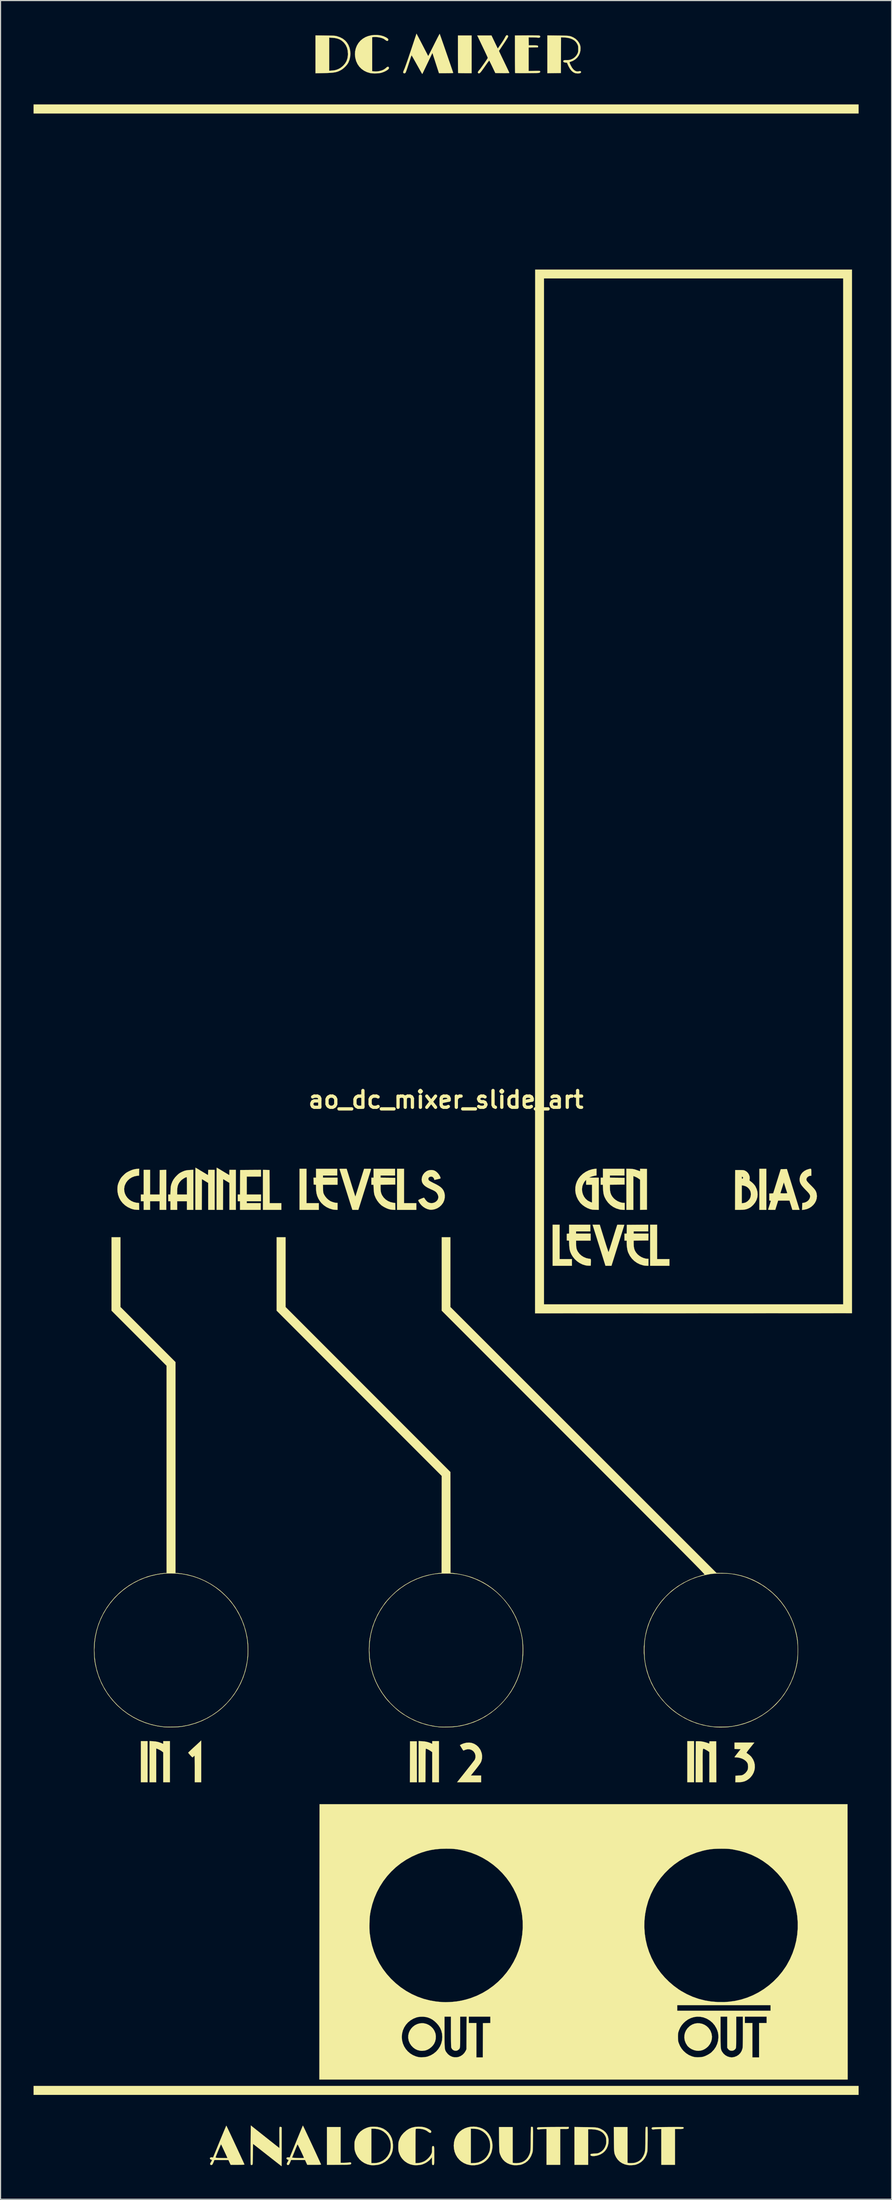
<source format=kicad_pcb>
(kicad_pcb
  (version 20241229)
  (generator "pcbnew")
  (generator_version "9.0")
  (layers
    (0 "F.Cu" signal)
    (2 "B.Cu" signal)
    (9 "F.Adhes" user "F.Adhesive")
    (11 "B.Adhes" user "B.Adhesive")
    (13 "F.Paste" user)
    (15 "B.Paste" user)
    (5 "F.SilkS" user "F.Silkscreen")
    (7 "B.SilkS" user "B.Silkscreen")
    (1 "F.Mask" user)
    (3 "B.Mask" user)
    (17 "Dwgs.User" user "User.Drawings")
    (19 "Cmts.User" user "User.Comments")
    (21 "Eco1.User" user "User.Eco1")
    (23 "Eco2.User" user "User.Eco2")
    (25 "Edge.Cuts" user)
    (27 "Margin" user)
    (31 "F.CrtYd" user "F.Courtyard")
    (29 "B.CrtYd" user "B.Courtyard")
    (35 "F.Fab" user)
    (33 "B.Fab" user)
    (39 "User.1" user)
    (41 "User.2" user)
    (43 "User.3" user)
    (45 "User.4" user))
  (footprint "ao_dc_mixer_slide_art"
    (layer "F.Cu")
    (at 37.495 96.841)
    (property "Reference" "ao_dc_mixer_slide_art" (at 0 0 0) (layer "F.SilkS") (effects (font (size 1.524 1.524) (thickness 0.3))))
    (attr through_hole)
    (fp_poly (pts (xy -27.127 62.001) (xy -27.737 62.001) (xy -27.737 58.268) (xy -27.127 58.268) (xy -27.127 62.001)) (stroke (width 0.01) (type solid)) (fill yes) (layer "F.SilkS"))
    (fp_poly (pts (xy 22.555 62.001) (xy 21.946 62.001) (xy 21.946 58.268) (xy 22.555 58.268) (xy 22.555 62.001)) (stroke (width 0.01) (type solid)) (fill yes) (layer "F.SilkS"))
    (fp_poly (pts (xy 29.134 10.008) (xy 28.499 10.008) (xy 28.499 6.274) (xy 29.134 6.274) (xy 29.134 10.008)) (stroke (width 0.01) (type solid)) (fill yes) (layer "F.SilkS"))
    (fp_poly (pts (xy 37.516 -89.586) (xy -37.49 -89.586) (xy -37.49 -90.399) (xy 37.516 -90.399) (xy 37.516 -89.586)) (stroke (width 0.01) (type solid)) (fill yes) (layer "F.SilkS"))
    (fp_poly (pts (xy 37.516 90.399) (xy -37.49 90.399) (xy -37.49 89.586) (xy 37.516 89.586) (xy 37.516 90.399)) (stroke (width 0.01) (type solid)) (fill yes) (layer "F.SilkS"))
    (fp_poly (pts (xy -2.648 60.141) (xy -2.641 62.001) (xy -3.277 62.001) (xy -3.264 58.28) (xy -2.654 58.28) (xy -2.648 60.141)) (stroke (width 0.01) (type solid)) (fill yes) (layer "F.SilkS"))
    (fp_poly (pts (xy -12.675 9.398) (xy -11.557 9.398) (xy -11.557 10.008) (xy -13.31 10.008) (xy -13.31 6.274) (xy -12.675 6.274) (xy -12.675 9.398)) (stroke (width 0.01) (type solid)) (fill yes) (layer "F.SilkS"))
    (fp_poly (pts (xy -3.81 9.398) (xy -2.692 9.398) (xy -2.692 10.008) (xy -4.445 10.008) (xy -4.445 6.274) (xy -3.81 6.274) (xy -3.81 9.398)) (stroke (width 0.01) (type solid)) (fill yes) (layer "F.SilkS"))
    (fp_poly (pts (xy 10.338 14.478) (xy 11.455 14.478) (xy 11.455 15.088) (xy 9.703 15.088) (xy 9.703 11.354) (xy 10.338 11.354) (xy 10.338 14.478)) (stroke (width 0.01) (type solid)) (fill yes) (layer "F.SilkS"))
    (fp_poly (pts (xy 19.202 14.478) (xy 20.32 14.478) (xy 20.32 15.088) (xy 18.567 15.088) (xy 18.567 11.354) (xy 19.202 11.354) (xy 19.202 14.478)) (stroke (width 0.01) (type solid)) (fill yes) (layer "F.SilkS"))
    (fp_poly (pts (xy -16.339 6.381) (xy -16.04 6.388) (xy -16.027 9.398) (xy -14.961 9.398) (xy -14.961 10.008) (xy -16.637 10.008) (xy -16.637 6.374) (xy -16.339 6.381)) (stroke (width 0.01) (type solid)) (fill yes) (layer "F.SilkS"))
    (fp_poly (pts (xy 36.919 19.393) (xy 8.103 19.406) (xy 8.115 -74.6) (xy 8.915 -74.6) (xy 8.915 18.593) (xy 36.119 18.593) (xy 36.119 -74.6) (xy 8.915 -74.6) (xy 8.115 -74.6) (xy 8.115 -75.4) (xy 36.919 -75.4) (xy 36.919 19.393)) (stroke (width 0.01) (type solid)) (fill yes) (layer "F.SilkS"))
    (fp_poly (pts (xy -25.425 10.008) (xy -26.035 10.008) (xy -26.035 9.22) (xy -26.899 9.22) (xy -26.899 10.008) (xy -27.483 10.008) (xy -27.483 9.22) (xy -27.737 9.22) (xy -27.737 8.611) (xy -27.483 8.611) (xy -27.483 6.375) (xy -26.899 6.375) (xy -26.899 8.611) (xy -26.036 8.611) (xy -26.022 6.388) (xy -25.724 6.381) (xy -25.425 6.374) (xy -25.425 10.008)) (stroke (width 0.01) (type solid)) (fill yes) (layer "F.SilkS"))
    (fp_poly (pts (xy -16.815 6.985) (xy -18.11 6.985) (xy -18.11 8.611) (xy -16.815 8.611) (xy -16.815 9.22) (xy -18.11 9.22) (xy -18.11 9.398) (xy -16.84 9.398) (xy -16.84 10.008) (xy -18.72 10.008) (xy -18.72 9.22) (xy -18.923 9.22) (xy -18.923 8.611) (xy -18.72 8.611) (xy -18.707 6.388) (xy -17.761 6.381) (xy -16.815 6.375) (xy -16.815 6.985)) (stroke (width 0.01) (type solid)) (fill yes) (layer "F.SilkS"))
    (fp_poly (pts (xy -26.651 58.275) (xy -26.368 58.303) (xy -26.113 58.359) (xy -25.87 58.446) (xy -25.846 58.456) (xy -25.705 58.519) (xy -25.705 58.268) (xy -25.095 58.268) (xy -25.095 62.001) (xy -25.705 62.001) (xy -25.705 59.288) (xy -25.783 59.222) (xy -25.923 59.122) (xy -26.089 59.03) (xy -26.213 58.976) (xy -26.34 58.928) (xy -26.34 62.001) (xy -26.949 62.001) (xy -26.949 58.26) (xy -26.651 58.275)) (stroke (width 0.01) (type solid)) (fill yes) (layer "F.SilkS"))
    (fp_poly (pts (xy 2.337 -93.243) (xy 1.731 -93.243) (xy 1.561 -93.244) (xy 1.408 -93.246) (xy 1.279 -93.249) (xy 1.181 -93.253) (xy 1.123 -93.257) (xy 1.109 -93.26) (xy 1.106 -93.288) (xy 1.104 -93.362) (xy 1.101 -93.479) (xy 1.099 -93.634) (xy 1.097 -93.822) (xy 1.095 -94.041) (xy 1.094 -94.285) (xy 1.093 -94.55) (xy 1.092 -94.832) (xy 1.092 -94.975) (xy 1.092 -96.672) (xy 2.337 -96.672) (xy 2.337 -93.243)) (stroke (width 0.01) (type solid)) (fill yes) (layer "F.SilkS"))
    (fp_poly (pts (xy -9.576 96.571) (xy -9.31 96.571) (xy -9.174 96.568) (xy -9.034 96.559) (xy -8.912 96.547) (xy -8.867 96.541) (xy -8.745 96.527) (xy -8.664 96.536) (xy -8.622 96.569) (xy -8.615 96.627) (xy -8.616 96.631) (xy -8.622 96.659) (xy -8.635 96.682) (xy -8.658 96.7) (xy -8.697 96.715) (xy -8.756 96.726) (xy -8.839 96.735) (xy -8.951 96.741) (xy -9.095 96.745) (xy -9.277 96.747) (xy -9.5 96.748) (xy -9.77 96.748) (xy -9.785 96.748) (xy -10.82 96.749) (xy -10.82 93.32) (xy -9.576 93.32) (xy -9.576 96.571)) (stroke (width 0.01) (type solid)) (fill yes) (layer "F.SilkS"))
    (fp_poly (pts (xy -20.818 6.185) (xy -20.757 6.22) (xy -20.664 6.275) (xy -20.544 6.345) (xy -20.405 6.429) (xy -20.264 6.513) (xy -19.698 6.854) (xy -19.69 6.615) (xy -19.683 6.375) (xy -19.101 6.375) (xy -19.101 10.008) (xy -19.685 10.008) (xy -19.687 7.556) (xy -20.256 7.214) (xy -20.263 8.611) (xy -20.27 10.008) (xy -20.853 10.008) (xy -20.853 8.09) (xy -20.853 7.783) (xy -20.853 7.491) (xy -20.852 7.218) (xy -20.851 6.968) (xy -20.85 6.745) (xy -20.849 6.553) (xy -20.847 6.396) (xy -20.846 6.278) (xy -20.844 6.202) (xy -20.842 6.172) (xy -20.842 6.172) (xy -20.818 6.185)) (stroke (width 0.01) (type solid)) (fill yes) (layer "F.SilkS"))
    (fp_poly (pts (xy 16.732 6.279) (xy 16.879 6.286) (xy 16.992 6.297) (xy 17.088 6.313) (xy 17.186 6.339) (xy 17.301 6.377) (xy 17.31 6.38) (xy 17.42 6.418) (xy 17.515 6.453) (xy 17.583 6.478) (xy 17.609 6.488) (xy 17.636 6.494) (xy 17.649 6.473) (xy 17.653 6.414) (xy 17.653 6.39) (xy 17.653 6.272) (xy 18.275 6.287) (xy 18.275 9.995) (xy 17.964 10.002) (xy 17.653 10.009) (xy 17.653 7.269) (xy 17.558 7.194) (xy 17.413 7.097) (xy 17.243 7.011) (xy 17.141 6.971) (xy 17.043 6.936) (xy 17.043 10.008) (xy 16.408 10.008) (xy 16.408 6.267) (xy 16.732 6.279)) (stroke (width 0.01) (type solid)) (fill yes) (layer "F.SilkS"))
    (fp_poly (pts (xy -22.749 6.185) (xy -22.687 6.22) (xy -22.594 6.275) (xy -22.475 6.345) (xy -22.336 6.429) (xy -22.195 6.513) (xy -21.628 6.854) (xy -21.621 6.615) (xy -21.614 6.375) (xy -21.031 6.375) (xy -21.031 10.008) (xy -21.615 10.008) (xy -21.616 8.782) (xy -21.617 7.556) (xy -21.902 7.386) (xy -22.187 7.215) (xy -22.193 8.611) (xy -22.2 10.008) (xy -22.784 10.008) (xy -22.784 8.09) (xy -22.784 7.783) (xy -22.783 7.491) (xy -22.783 7.218) (xy -22.782 6.968) (xy -22.781 6.745) (xy -22.779 6.553) (xy -22.778 6.396) (xy -22.776 6.278) (xy -22.775 6.202) (xy -22.773 6.172) (xy -22.773 6.172) (xy -22.749 6.185)) (stroke (width 0.01) (type solid)) (fill yes) (layer "F.SilkS"))
    (fp_poly (pts (xy -2.191 58.275) (xy -1.945 58.296) (xy -1.733 58.334) (xy -1.538 58.392) (xy -1.403 58.447) (xy -1.245 58.518) (xy -1.245 58.268) (xy -0.635 58.268) (xy -0.635 62.001) (xy -1.245 62.001) (xy -1.245 59.266) (xy -1.394 59.161) (xy -1.501 59.092) (xy -1.611 59.031) (xy -1.711 58.984) (xy -1.79 58.957) (xy -1.818 58.953) (xy -1.826 58.96) (xy -1.832 58.981) (xy -1.838 59.02) (xy -1.842 59.081) (xy -1.846 59.167) (xy -1.85 59.283) (xy -1.853 59.431) (xy -1.855 59.615) (xy -1.857 59.838) (xy -1.859 60.105) (xy -1.86 60.418) (xy -1.86 60.471) (xy -1.867 61.989) (xy -2.178 61.996) (xy -2.489 62.003) (xy -2.489 58.26) (xy -2.191 58.275)) (stroke (width 0.01) (type solid)) (fill yes) (layer "F.SilkS"))
    (fp_poly (pts (xy 11.172 93.367) (xy 11.174 93.415) (xy 11.161 93.449) (xy 11.127 93.472) (xy 11.064 93.487) (xy 10.966 93.494) (xy 10.827 93.497) (xy 10.754 93.497) (xy 10.389 93.497) (xy 10.389 96.749) (xy 9.144 96.749) (xy 9.144 93.497) (xy 8.973 93.497) (xy 8.862 93.501) (xy 8.728 93.51) (xy 8.596 93.523) (xy 8.578 93.525) (xy 8.46 93.537) (xy 8.382 93.54) (xy 8.335 93.532) (xy 8.317 93.522) (xy 8.283 93.466) (xy 8.289 93.403) (xy 8.333 93.355) (xy 8.341 93.351) (xy 8.383 93.344) (xy 8.475 93.338) (xy 8.618 93.332) (xy 8.812 93.327) (xy 9.056 93.323) (xy 9.351 93.32) (xy 9.697 93.317) (xy 9.782 93.317) (xy 11.163 93.31) (xy 11.172 93.367)) (stroke (width 0.01) (type solid)) (fill yes) (layer "F.SilkS"))
    (fp_poly (pts (xy 23.14 58.28) (xy 23.416 58.325) (xy 23.699 58.403) (xy 23.906 58.482) (xy 23.934 58.486) (xy 23.949 58.459) (xy 23.957 58.392) (xy 23.957 58.39) (xy 23.965 58.28) (xy 24.575 58.28) (xy 24.581 60.141) (xy 24.588 62.001) (xy 23.952 62.001) (xy 23.952 59.259) (xy 23.844 59.179) (xy 23.76 59.124) (xy 23.656 59.064) (xy 23.584 59.027) (xy 23.534 59.001) (xy 23.492 58.978) (xy 23.456 58.961) (xy 23.426 58.954) (xy 23.402 58.96) (xy 23.383 58.982) (xy 23.369 59.024) (xy 23.358 59.089) (xy 23.35 59.181) (xy 23.346 59.304) (xy 23.343 59.46) (xy 23.342 59.653) (xy 23.342 59.887) (xy 23.342 60.165) (xy 23.343 60.477) (xy 23.343 62.001) (xy 22.707 62.001) (xy 22.72 58.28) (xy 22.885 58.272) (xy 23.14 58.28)) (stroke (width 0.01) (type solid)) (fill yes) (layer "F.SilkS"))
    (fp_poly (pts (xy -22.25 62.001) (xy -22.835 62.001) (xy -22.835 60.795) (xy -22.835 60.553) (xy -22.836 60.327) (xy -22.838 60.122) (xy -22.841 59.943) (xy -22.844 59.796) (xy -22.847 59.684) (xy -22.851 59.613) (xy -22.855 59.588) (xy -22.855 59.588) (xy -22.884 59.605) (xy -22.932 59.647) (xy -22.949 59.665) (xy -23.001 59.712) (xy -23.041 59.737) (xy -23.049 59.739) (xy -23.076 59.72) (xy -23.126 59.672) (xy -23.191 59.604) (xy -23.262 59.527) (xy -23.33 59.449) (xy -23.387 59.381) (xy -23.423 59.332) (xy -23.431 59.314) (xy -23.413 59.292) (xy -23.363 59.241) (xy -23.284 59.165) (xy -23.183 59.069) (xy -23.064 58.958) (xy -22.949 58.853) (xy -22.811 58.727) (xy -22.68 58.607) (xy -22.562 58.498) (xy -22.464 58.407) (xy -22.391 58.34) (xy -22.358 58.309) (xy -22.25 58.206) (xy -22.25 62.001)) (stroke (width 0.01) (type solid)) (fill yes) (layer "F.SilkS"))
    (fp_poly (pts (xy -1.994 83.898) (xy -1.762 83.955) (xy -1.545 84.057) (xy -1.351 84.197) (xy -1.184 84.369) (xy -1.053 84.569) (xy -0.963 84.79) (xy -0.953 84.824) (xy -0.917 85.061) (xy -0.926 85.302) (xy -0.979 85.537) (xy -1.073 85.749) (xy -1.185 85.909) (xy -1.329 86.058) (xy -1.493 86.187) (xy -1.668 86.288) (xy -1.842 86.355) (xy -1.93 86.373) (xy -2.053 86.388) (xy -2.144 86.396) (xy -2.219 86.397) (xy -2.297 86.391) (xy -2.356 86.384) (xy -2.58 86.33) (xy -2.79 86.232) (xy -2.98 86.094) (xy -3.145 85.923) (xy -3.279 85.725) (xy -3.374 85.504) (xy -3.392 85.442) (xy -3.43 85.209) (xy -3.421 84.98) (xy -3.37 84.761) (xy -3.28 84.557) (xy -3.156 84.371) (xy -3.002 84.209) (xy -2.822 84.074) (xy -2.62 83.973) (xy -2.401 83.908) (xy -2.168 83.886) (xy -1.994 83.898)) (stroke (width 0.01) (type solid)) (fill yes) (layer "F.SilkS"))
    (fp_poly (pts (xy 16.231 6.883) (xy 14.91 6.883) (xy 14.91 7.086) (xy 16.243 7.099) (xy 16.243 7.709) (xy 15.577 7.716) (xy 14.91 7.722) (xy 14.91 7.996) (xy 14.921 8.241) (xy 14.958 8.45) (xy 15.025 8.633) (xy 15.124 8.8) (xy 15.26 8.961) (xy 15.28 8.981) (xy 15.438 9.113) (xy 15.623 9.225) (xy 15.82 9.309) (xy 16.016 9.36) (xy 16.16 9.373) (xy 16.256 9.373) (xy 16.256 10.008) (xy 16.097 10.006) (xy 15.978 9.998) (xy 15.85 9.982) (xy 15.786 9.97) (xy 15.485 9.877) (xy 15.209 9.741) (xy 14.961 9.565) (xy 14.743 9.35) (xy 14.56 9.101) (xy 14.429 8.852) (xy 14.376 8.712) (xy 14.336 8.561) (xy 14.308 8.387) (xy 14.289 8.18) (xy 14.283 8.071) (xy 14.267 7.722) (xy 14.072 7.722) (xy 14.072 7.087) (xy 14.275 7.087) (xy 14.275 6.274) (xy 16.231 6.274) (xy 16.231 6.883)) (stroke (width 0.01) (type solid)) (fill yes) (layer "F.SilkS"))
    (fp_poly (pts (xy 23.073 83.897) (xy 23.294 83.944) (xy 23.505 84.03) (xy 23.699 84.154) (xy 23.87 84.314) (xy 24.012 84.509) (xy 24.068 84.614) (xy 24.152 84.847) (xy 24.187 85.085) (xy 24.175 85.322) (xy 24.116 85.552) (xy 24.011 85.77) (xy 23.862 85.97) (xy 23.815 86.019) (xy 23.669 86.145) (xy 23.505 86.25) (xy 23.339 86.328) (xy 23.182 86.371) (xy 23.168 86.373) (xy 23.081 86.383) (xy 23.005 86.393) (xy 22.987 86.395) (xy 22.927 86.396) (xy 22.839 86.39) (xy 22.771 86.383) (xy 22.563 86.337) (xy 22.359 86.254) (xy 22.173 86.142) (xy 22.016 86.008) (xy 21.943 85.922) (xy 21.807 85.699) (xy 21.718 85.466) (xy 21.677 85.229) (xy 21.682 84.994) (xy 21.733 84.765) (xy 21.828 84.547) (xy 21.968 84.346) (xy 22.152 84.166) (xy 22.196 84.131) (xy 22.402 84.006) (xy 22.62 83.926) (xy 22.846 83.89) (xy 23.073 83.897)) (stroke (width 0.01) (type solid)) (fill yes) (layer "F.SilkS"))
    (fp_poly (pts (xy 18.39 11.963) (xy 17.069 11.963) (xy 17.069 12.167) (xy 18.417 12.167) (xy 18.409 12.478) (xy 18.402 12.789) (xy 17.736 12.796) (xy 17.069 12.802) (xy 17.069 13.076) (xy 17.08 13.322) (xy 17.118 13.532) (xy 17.185 13.715) (xy 17.285 13.882) (xy 17.421 14.043) (xy 17.437 14.059) (xy 17.591 14.187) (xy 17.771 14.297) (xy 17.964 14.382) (xy 18.157 14.436) (xy 18.319 14.453) (xy 18.415 14.453) (xy 18.415 15.088) (xy 18.256 15.086) (xy 18.137 15.078) (xy 18.009 15.062) (xy 17.945 15.05) (xy 17.646 14.958) (xy 17.371 14.822) (xy 17.124 14.647) (xy 16.909 14.435) (xy 16.728 14.188) (xy 16.586 13.91) (xy 16.549 13.815) (xy 16.504 13.656) (xy 16.469 13.461) (xy 16.445 13.241) (xy 16.435 13.011) (xy 16.434 12.973) (xy 16.434 12.802) (xy 16.231 12.802) (xy 16.231 12.167) (xy 16.433 12.167) (xy 16.447 11.367) (xy 18.39 11.353) (xy 18.39 11.963)) (stroke (width 0.01) (type solid)) (fill yes) (layer "F.SilkS"))
    (fp_poly (pts (xy -9.881 6.883) (xy -11.176 6.883) (xy -11.176 7.087) (xy -9.855 7.087) (xy -9.855 7.722) (xy -11.181 7.722) (xy -11.172 8.084) (xy -11.168 8.228) (xy -11.162 8.333) (xy -11.154 8.411) (xy -11.14 8.473) (xy -11.118 8.533) (xy -11.087 8.6) (xy -11.076 8.623) (xy -10.976 8.788) (xy -10.842 8.949) (xy -10.687 9.091) (xy -10.527 9.201) (xy -10.497 9.217) (xy -10.358 9.277) (xy -10.205 9.326) (xy -10.059 9.36) (xy -9.938 9.372) (xy -9.855 9.373) (xy -9.855 10.008) (xy -10.001 10.006) (xy -10.11 9.999) (xy -10.234 9.983) (xy -10.312 9.969) (xy -10.593 9.884) (xy -10.859 9.756) (xy -11.104 9.589) (xy -11.318 9.388) (xy -11.445 9.231) (xy -11.594 8.992) (xy -11.702 8.745) (xy -11.772 8.482) (xy -11.806 8.193) (xy -11.811 8.016) (xy -11.811 7.725) (xy -12.027 7.709) (xy -12.041 7.087) (xy -11.811 7.087) (xy -11.811 6.274) (xy -9.881 6.274) (xy -9.881 6.883)) (stroke (width 0.01) (type solid)) (fill yes) (layer "F.SilkS"))
    (fp_poly (pts (xy 21.125 93.316) (xy 21.296 93.318) (xy 21.432 93.32) (xy 21.527 93.323) (xy 21.577 93.327) (xy 21.584 93.329) (xy 21.613 93.375) (xy 21.605 93.431) (xy 21.566 93.471) (xy 21.523 93.481) (xy 21.441 93.489) (xy 21.33 93.495) (xy 21.201 93.497) (xy 21.173 93.497) (xy 20.828 93.497) (xy 20.828 96.749) (xy 19.583 96.749) (xy 19.583 93.49) (xy 19.285 93.506) (xy 19.155 93.514) (xy 19.034 93.523) (xy 18.936 93.532) (xy 18.883 93.538) (xy 18.803 93.543) (xy 18.751 93.523) (xy 18.737 93.511) (xy 18.701 93.466) (xy 18.702 93.426) (xy 18.73 93.382) (xy 18.74 93.371) (xy 18.754 93.362) (xy 18.777 93.354) (xy 18.813 93.348) (xy 18.866 93.342) (xy 18.94 93.338) (xy 19.039 93.334) (xy 19.167 93.331) (xy 19.328 93.328) (xy 19.527 93.326) (xy 19.767 93.323) (xy 20.052 93.32) (xy 20.159 93.319) (xy 20.434 93.317) (xy 20.689 93.316) (xy 20.921 93.316) (xy 21.125 93.316)) (stroke (width 0.01) (type solid)) (fill yes) (layer "F.SilkS"))
    (fp_poly (pts (xy -4.623 6.883) (xy -5.944 6.883) (xy -5.944 7.086) (xy -4.61 7.099) (xy -4.61 7.709) (xy -5.277 7.716) (xy -5.944 7.722) (xy -5.943 8.008) (xy -5.937 8.206) (xy -5.917 8.369) (xy -5.88 8.51) (xy -5.824 8.644) (xy -5.801 8.687) (xy -5.661 8.892) (xy -5.484 9.066) (xy -5.275 9.205) (xy -5.039 9.305) (xy -4.781 9.364) (xy -4.762 9.367) (xy -4.61 9.385) (xy -4.603 9.697) (xy -4.596 10.008) (xy -4.755 10.006) (xy -4.869 9.999) (xy -4.999 9.983) (xy -5.093 9.966) (xy -5.259 9.918) (xy -5.444 9.842) (xy -5.629 9.747) (xy -5.797 9.642) (xy -5.887 9.574) (xy -6.073 9.393) (xy -6.24 9.179) (xy -6.378 8.945) (xy -6.48 8.705) (xy -6.515 8.585) (xy -6.531 8.495) (xy -6.547 8.371) (xy -6.561 8.228) (xy -6.57 8.082) (xy -6.571 8.071) (xy -6.586 7.722) (xy -6.782 7.722) (xy -6.782 7.087) (xy -6.579 7.087) (xy -6.579 6.274) (xy -4.623 6.274) (xy -4.623 6.883)) (stroke (width 0.01) (type solid)) (fill yes) (layer "F.SilkS"))
    (fp_poly (pts (xy 13.132 11.963) (xy 11.836 11.963) (xy 11.836 12.167) (xy 13.157 12.167) (xy 13.157 12.802) (xy 11.836 12.802) (xy 11.836 13.102) (xy 11.842 13.297) (xy 11.86 13.456) (xy 11.894 13.592) (xy 11.948 13.721) (xy 12.005 13.822) (xy 12.144 14.005) (xy 12.32 14.165) (xy 12.525 14.294) (xy 12.748 14.387) (xy 12.929 14.43) (xy 13.026 14.445) (xy 13.104 14.458) (xy 13.149 14.467) (xy 13.152 14.468) (xy 13.166 14.485) (xy 13.175 14.532) (xy 13.179 14.614) (xy 13.178 14.739) (xy 13.177 14.776) (xy 13.17 15.075) (xy 13.018 15.08) (xy 12.909 15.076) (xy 12.782 15.063) (xy 12.687 15.047) (xy 12.42 14.966) (xy 12.163 14.839) (xy 11.923 14.674) (xy 11.709 14.476) (xy 11.528 14.251) (xy 11.421 14.075) (xy 11.345 13.916) (xy 11.289 13.766) (xy 11.25 13.611) (xy 11.225 13.437) (xy 11.21 13.229) (xy 11.208 13.178) (xy 11.194 12.804) (xy 11.09 12.797) (xy 10.986 12.789) (xy 10.986 12.179) (xy 11.093 12.171) (xy 11.201 12.164) (xy 11.201 11.354) (xy 13.132 11.354) (xy 13.132 11.963)) (stroke (width 0.01) (type solid)) (fill yes) (layer "F.SilkS"))
    (fp_poly (pts (xy -22.962 10.008) (xy -23.546 10.008) (xy -23.546 9.22) (xy -24.435 9.22) (xy -24.435 10.008) (xy -25.044 10.008) (xy -25.044 9.22) (xy -25.248 9.22) (xy -25.248 8.611) (xy -25.051 8.611) (xy -24.435 8.611) (xy -23.546 8.611) (xy -23.546 7.823) (xy -23.546 7.597) (xy -23.547 7.417) (xy -23.549 7.278) (xy -23.553 7.176) (xy -23.558 7.105) (xy -23.564 7.062) (xy -23.573 7.04) (xy -23.58 7.036) (xy -23.648 7.052) (xy -23.741 7.094) (xy -23.847 7.156) (xy -23.955 7.23) (xy -24.053 7.307) (xy -24.112 7.365) (xy -24.233 7.512) (xy -24.322 7.662) (xy -24.383 7.826) (xy -24.419 8.014) (xy -24.434 8.236) (xy -24.434 8.312) (xy -24.435 8.611) (xy -25.051 8.611) (xy -25.038 8.236) (xy -25.031 8.072) (xy -25.021 7.946) (xy -25.007 7.843) (xy -24.987 7.751) (xy -24.959 7.658) (xy -24.874 7.44) (xy -24.765 7.243) (xy -24.623 7.055) (xy -24.485 6.906) (xy -24.369 6.794) (xy -24.269 6.711) (xy -24.169 6.644) (xy -24.054 6.583) (xy -24.053 6.582) (xy -23.893 6.508) (xy -23.75 6.455) (xy -23.605 6.42) (xy -23.443 6.397) (xy -23.26 6.384) (xy -22.962 6.368) (xy -22.962 10.008)) (stroke (width 0.01) (type solid)) (fill yes) (layer "F.SilkS"))
    (fp_poly (pts (xy -27.902 6.896) (xy -28.082 6.914) (xy -28.327 6.962) (xy -28.556 7.054) (xy -28.762 7.183) (xy -28.94 7.346) (xy -29.084 7.538) (xy -29.188 7.755) (xy -29.222 7.862) (xy -29.256 8.09) (xy -29.244 8.313) (xy -29.188 8.528) (xy -29.093 8.73) (xy -28.962 8.912) (xy -28.799 9.072) (xy -28.607 9.202) (xy -28.391 9.299) (xy -28.155 9.358) (xy -28.082 9.367) (xy -27.902 9.385) (xy -27.895 9.696) (xy -27.888 10.008) (xy -28.047 10.005) (xy -28.16 9.999) (xy -28.277 9.988) (xy -28.338 9.98) (xy -28.433 9.958) (xy -28.548 9.925) (xy -28.64 9.894) (xy -28.922 9.762) (xy -29.173 9.594) (xy -29.39 9.392) (xy -29.57 9.162) (xy -29.71 8.907) (xy -29.808 8.63) (xy -29.861 8.337) (xy -29.87 8.153) (xy -29.864 7.961) (xy -29.843 7.796) (xy -29.802 7.639) (xy -29.737 7.472) (xy -29.676 7.341) (xy -29.616 7.226) (xy -29.558 7.132) (xy -29.491 7.044) (xy -29.405 6.949) (xy -29.326 6.87) (xy -29.217 6.763) (xy -29.125 6.684) (xy -29.035 6.62) (xy -28.931 6.56) (xy -28.829 6.507) (xy -28.631 6.416) (xy -28.454 6.352) (xy -28.282 6.31) (xy -28.097 6.284) (xy -28.073 6.282) (xy -27.888 6.266) (xy -27.902 6.896)) (stroke (width 0.01) (type solid)) (fill yes) (layer "F.SilkS"))
    (fp_poly (pts (xy 14.376 12.611) (xy 14.452 12.852) (xy 14.523 13.078) (xy 14.589 13.283) (xy 14.648 13.463) (xy 14.698 13.614) (xy 14.738 13.731) (xy 14.767 13.811) (xy 14.783 13.847) (xy 14.785 13.849) (xy 14.796 13.822) (xy 14.821 13.751) (xy 14.857 13.641) (xy 14.904 13.496) (xy 14.96 13.321) (xy 15.023 13.121) (xy 15.093 12.9) (xy 15.167 12.663) (xy 15.186 12.601) (xy 15.261 12.362) (xy 15.331 12.137) (xy 15.395 11.933) (xy 15.452 11.752) (xy 15.501 11.6) (xy 15.538 11.482) (xy 15.565 11.402) (xy 15.578 11.364) (xy 15.579 11.362) (xy 15.606 11.359) (xy 15.675 11.357) (xy 15.774 11.357) (xy 15.894 11.359) (xy 15.905 11.359) (xy 16.222 11.367) (xy 15.051 15.088) (xy 14.506 15.088) (xy 14.415 14.796) (xy 14.395 14.733) (xy 14.362 14.628) (xy 14.318 14.486) (xy 14.264 14.314) (xy 14.201 14.114) (xy 14.132 13.894) (xy 14.057 13.657) (xy 13.979 13.41) (xy 13.9 13.156) (xy 13.819 12.901) (xy 13.741 12.651) (xy 13.665 12.41) (xy 13.593 12.183) (xy 13.528 11.975) (xy 13.47 11.792) (xy 13.422 11.639) (xy 13.384 11.52) (xy 13.359 11.441) (xy 13.35 11.411) (xy 13.332 11.354) (xy 13.985 11.354) (xy 14.376 12.611)) (stroke (width 0.01) (type solid)) (fill yes) (layer "F.SilkS"))
    (fp_poly (pts (xy 2.35 58.432) (xy 2.569 58.512) (xy 2.769 58.634) (xy 2.947 58.796) (xy 3.096 58.996) (xy 3.162 59.118) (xy 3.249 59.354) (xy 3.289 59.595) (xy 3.281 59.837) (xy 3.225 60.071) (xy 3.178 60.185) (xy 3.139 60.253) (xy 3.072 60.353) (xy 2.98 60.48) (xy 2.87 60.627) (xy 2.743 60.789) (xy 2.683 60.865) (xy 2.26 61.392) (xy 3.2 61.392) (xy 3.2 62.001) (xy 1.015 62.001) (xy 1.302 61.639) (xy 1.547 61.332) (xy 1.761 61.062) (xy 1.946 60.828) (xy 2.105 60.626) (xy 2.24 60.455) (xy 2.351 60.314) (xy 2.44 60.198) (xy 2.51 60.107) (xy 2.562 60.038) (xy 2.598 59.989) (xy 2.619 59.958) (xy 2.621 59.954) (xy 2.652 59.879) (xy 2.677 59.781) (xy 2.685 59.719) (xy 2.679 59.539) (xy 2.63 59.377) (xy 2.545 59.239) (xy 2.43 59.128) (xy 2.291 59.048) (xy 2.134 59.005) (xy 1.966 59.002) (xy 1.792 59.043) (xy 1.74 59.064) (xy 1.661 59.096) (xy 1.601 59.114) (xy 1.573 59.113) (xy 1.553 59.084) (xy 1.513 59.022) (xy 1.459 58.937) (xy 1.414 58.865) (xy 1.273 58.637) (xy 1.349 58.588) (xy 1.409 58.557) (xy 1.5 58.518) (xy 1.605 58.478) (xy 1.633 58.468) (xy 1.877 58.408) (xy 2.118 58.397) (xy 2.35 58.432)) (stroke (width 0.01) (type solid)) (fill yes) (layer "F.SilkS"))
    (fp_poly (pts (xy -10.979 -96.666) (xy -10.74 -96.663) (xy -10.546 -96.66) (xy -10.39 -96.656) (xy -10.266 -96.651) (xy -10.168 -96.646) (xy -10.09 -96.638) (xy -10.025 -96.629) (xy -9.968 -96.617) (xy -9.911 -96.603) (xy -9.897 -96.599) (xy -9.614 -96.499) (xy -9.369 -96.368) (xy -9.162 -96.204) (xy -9.012 -96.035) (xy -8.87 -95.807) (xy -8.768 -95.555) (xy -8.707 -95.286) (xy -8.687 -95.007) (xy -8.708 -94.727) (xy -8.772 -94.454) (xy -8.871 -94.209) (xy -8.958 -94.067) (xy -9.078 -93.917) (xy -9.219 -93.772) (xy -9.367 -93.644) (xy -9.491 -93.559) (xy -9.617 -93.488) (xy -9.739 -93.429) (xy -9.864 -93.38) (xy -9.999 -93.342) (xy -10.15 -93.312) (xy -10.323 -93.29) (xy -10.526 -93.273) (xy -10.764 -93.261) (xy -11.045 -93.253) (xy -11.132 -93.251) (xy -11.862 -93.236) (xy -11.862 -93.465) (xy -10.617 -93.465) (xy -10.37 -93.479) (xy -10.12 -93.509) (xy -9.94 -93.557) (xy -9.76 -93.628) (xy -9.606 -93.713) (xy -9.458 -93.822) (xy -9.34 -93.927) (xy -9.169 -94.122) (xy -9.04 -94.344) (xy -8.955 -94.593) (xy -8.913 -94.868) (xy -8.909 -95.006) (xy -8.931 -95.293) (xy -8.997 -95.554) (xy -9.106 -95.79) (xy -9.259 -95.999) (xy -9.306 -96.049) (xy -9.471 -96.194) (xy -9.653 -96.305) (xy -9.858 -96.384) (xy -10.095 -96.436) (xy -10.344 -96.461) (xy -10.617 -96.477) (xy -10.617 -93.465) (xy -11.862 -93.465) (xy -11.862 -96.677) (xy -10.979 -96.666)) (stroke (width 0.01) (type solid)) (fill yes) (layer "F.SilkS"))
    (fp_poly (pts (xy 27.671 58.858) (xy 27.553 59.007) (xy 27.463 59.121) (xy 27.399 59.206) (xy 27.359 59.266) (xy 27.337 59.306) (xy 27.332 59.33) (xy 27.341 59.345) (xy 27.344 59.347) (xy 27.467 59.428) (xy 27.593 59.527) (xy 27.706 59.629) (xy 27.784 59.714) (xy 27.928 59.935) (xy 28.027 60.17) (xy 28.079 60.414) (xy 28.087 60.66) (xy 28.05 60.904) (xy 27.971 61.14) (xy 27.848 61.362) (xy 27.683 61.565) (xy 27.549 61.687) (xy 27.359 61.82) (xy 27.161 61.914) (xy 26.943 61.972) (xy 26.697 61.999) (xy 26.583 62.001) (xy 26.313 62.001) (xy 26.32 61.703) (xy 26.327 61.404) (xy 26.619 61.391) (xy 26.751 61.384) (xy 26.846 61.374) (xy 26.917 61.36) (xy 26.979 61.338) (xy 27.044 61.305) (xy 27.047 61.303) (xy 27.21 61.185) (xy 27.345 61.028) (xy 27.413 60.911) (xy 27.444 60.837) (xy 27.461 60.757) (xy 27.469 60.656) (xy 27.47 60.579) (xy 27.461 60.422) (xy 27.431 60.298) (xy 27.372 60.19) (xy 27.279 60.084) (xy 27.242 60.049) (xy 27.085 59.934) (xy 26.893 59.842) (xy 26.68 59.777) (xy 26.458 59.744) (xy 26.372 59.741) (xy 26.297 59.738) (xy 26.249 59.728) (xy 26.238 59.721) (xy 26.253 59.695) (xy 26.295 59.637) (xy 26.359 59.552) (xy 26.439 59.449) (xy 26.519 59.346) (xy 26.801 58.992) (xy 26.519 58.984) (xy 26.238 58.977) (xy 26.238 58.395) (xy 28.043 58.395) (xy 27.671 58.858)) (stroke (width 0.01) (type solid)) (fill yes) (layer "F.SilkS"))
    (fp_poly (pts (xy 13.691 6.881) (xy 13.595 6.896) (xy 13.458 6.923) (xy 13.32 6.958) (xy 13.197 6.998) (xy 13.107 7.036) (xy 13.106 7.036) (xy 13.018 7.084) (xy 13.894 7.087) (xy 13.894 10.008) (xy 13.646 10.004) (xy 13.53 10.001) (xy 13.425 9.997) (xy 13.346 9.992) (xy 13.322 9.99) (xy 13.099 9.939) (xy 12.868 9.848) (xy 12.642 9.725) (xy 12.432 9.576) (xy 12.251 9.408) (xy 12.19 9.338) (xy 12.015 9.085) (xy 11.886 8.817) (xy 11.801 8.538) (xy 11.761 8.255) (xy 11.764 8.13) (xy 12.372 8.13) (xy 12.391 8.365) (xy 12.452 8.591) (xy 12.551 8.801) (xy 12.685 8.986) (xy 12.851 9.138) (xy 12.873 9.154) (xy 12.931 9.188) (xy 13.012 9.231) (xy 13.103 9.276) (xy 13.188 9.314) (xy 13.253 9.34) (xy 13.278 9.347) (xy 13.279 9.322) (xy 13.281 9.253) (xy 13.282 9.145) (xy 13.283 9.005) (xy 13.284 8.837) (xy 13.284 8.649) (xy 13.284 8.534) (xy 13.284 7.722) (xy 12.751 7.722) (xy 12.751 7.28) (xy 12.676 7.352) (xy 12.608 7.434) (xy 12.538 7.55) (xy 12.472 7.68) (xy 12.421 7.81) (xy 12.398 7.894) (xy 12.372 8.13) (xy 11.764 8.13) (xy 11.767 7.972) (xy 11.817 7.693) (xy 11.912 7.424) (xy 12.051 7.17) (xy 12.219 6.953) (xy 12.449 6.735) (xy 12.709 6.555) (xy 12.991 6.417) (xy 13.29 6.323) (xy 13.53 6.283) (xy 13.691 6.267) (xy 13.691 6.881)) (stroke (width 0.01) (type solid)) (fill yes) (layer "F.SilkS"))
    (fp_poly (pts (xy 12.63 93.327) (xy 12.904 93.33) (xy 13.134 93.335) (xy 13.324 93.341) (xy 13.481 93.349) (xy 13.611 93.36) (xy 13.72 93.375) (xy 13.814 93.394) (xy 13.898 93.418) (xy 13.978 93.447) (xy 14.061 93.484) (xy 14.109 93.506) (xy 14.33 93.636) (xy 14.508 93.794) (xy 14.644 93.977) (xy 14.735 94.186) (xy 14.783 94.42) (xy 14.79 94.552) (xy 14.769 94.823) (xy 14.704 95.074) (xy 14.599 95.301) (xy 14.456 95.499) (xy 14.276 95.666) (xy 14.068 95.794) (xy 13.92 95.857) (xy 13.77 95.905) (xy 13.622 95.938) (xy 13.484 95.956) (xy 13.36 95.959) (xy 13.258 95.947) (xy 13.183 95.92) (xy 13.141 95.878) (xy 13.138 95.822) (xy 13.157 95.783) (xy 13.18 95.766) (xy 13.231 95.752) (xy 13.315 95.742) (xy 13.44 95.733) (xy 13.498 95.73) (xy 13.636 95.723) (xy 13.737 95.713) (xy 13.813 95.7) (xy 13.879 95.68) (xy 13.947 95.65) (xy 13.975 95.636) (xy 14.172 95.513) (xy 14.331 95.354) (xy 14.455 95.161) (xy 14.533 94.963) (xy 14.56 94.86) (xy 14.574 94.761) (xy 14.578 94.646) (xy 14.575 94.542) (xy 14.568 94.417) (xy 14.557 94.325) (xy 14.536 94.247) (xy 14.502 94.166) (xy 14.483 94.125) (xy 14.366 93.945) (xy 14.21 93.795) (xy 14.016 93.678) (xy 13.784 93.593) (xy 13.516 93.542) (xy 13.212 93.523) (xy 13.193 93.523) (xy 12.929 93.523) (xy 12.929 96.749) (xy 11.684 96.749) (xy 11.684 93.315) (xy 12.63 93.327)) (stroke (width 0.01) (type solid)) (fill yes) (layer "F.SilkS"))
    (fp_poly (pts (xy 33.184 6.279) (xy 33.21 6.313) (xy 33.221 6.381) (xy 33.223 6.489) (xy 33.223 6.591) (xy 33.223 6.909) (xy 33.141 6.909) (xy 33.029 6.932) (xy 32.921 6.992) (xy 32.835 7.076) (xy 32.807 7.121) (xy 32.781 7.185) (xy 32.771 7.245) (xy 32.781 7.307) (xy 32.814 7.376) (xy 32.873 7.458) (xy 32.962 7.558) (xy 33.082 7.683) (xy 33.184 7.784) (xy 33.333 7.934) (xy 33.449 8.058) (xy 33.536 8.164) (xy 33.601 8.261) (xy 33.648 8.355) (xy 33.683 8.454) (xy 33.704 8.537) (xy 33.73 8.757) (xy 33.709 8.973) (xy 33.645 9.182) (xy 33.543 9.378) (xy 33.405 9.556) (xy 33.236 9.711) (xy 33.04 9.838) (xy 32.82 9.933) (xy 32.581 9.991) (xy 32.53 9.998) (xy 32.383 10.015) (xy 32.391 9.7) (xy 32.398 9.386) (xy 32.519 9.369) (xy 32.69 9.323) (xy 32.842 9.241) (xy 32.968 9.13) (xy 33.058 8.997) (xy 33.095 8.893) (xy 33.111 8.809) (xy 33.11 8.733) (xy 33.091 8.658) (xy 33.049 8.577) (xy 32.981 8.485) (xy 32.884 8.373) (xy 32.752 8.237) (xy 32.711 8.195) (xy 32.538 8.015) (xy 32.402 7.86) (xy 32.301 7.722) (xy 32.229 7.594) (xy 32.184 7.47) (xy 32.162 7.343) (xy 32.16 7.208) (xy 32.162 7.168) (xy 32.201 6.968) (xy 32.285 6.785) (xy 32.41 6.623) (xy 32.573 6.485) (xy 32.768 6.378) (xy 32.958 6.313) (xy 33.064 6.285) (xy 33.137 6.272) (xy 33.184 6.279)) (stroke (width 0.01) (type solid)) (fill yes) (layer "F.SilkS"))
    (fp_poly (pts (xy -6.221 -96.712) (xy -5.939 -96.673) (xy -5.677 -96.599) (xy -5.441 -96.491) (xy -5.394 -96.462) (xy -5.303 -96.398) (xy -5.253 -96.343) (xy -5.238 -96.289) (xy -5.243 -96.254) (xy -5.277 -96.192) (xy -5.335 -96.172) (xy -5.413 -96.195) (xy -5.492 -96.248) (xy -5.569 -96.306) (xy -5.645 -96.357) (xy -5.677 -96.375) (xy -5.818 -96.431) (xy -5.992 -96.478) (xy -6.181 -96.512) (xy -6.367 -96.53) (xy -6.533 -96.53) (xy -6.56 -96.528) (xy -6.706 -96.513) (xy -6.706 -93.428) (xy -6.588 -93.412) (xy -6.44 -93.399) (xy -6.295 -93.401) (xy -6.13 -93.422) (xy -6.067 -93.432) (xy -5.84 -93.49) (xy -5.645 -93.576) (xy -5.489 -93.687) (xy -5.459 -93.715) (xy -5.368 -93.792) (xy -5.291 -93.827) (xy -5.231 -93.821) (xy -5.193 -93.775) (xy -5.182 -93.701) (xy -5.205 -93.643) (xy -5.269 -93.576) (xy -5.366 -93.505) (xy -5.489 -93.434) (xy -5.63 -93.367) (xy -5.78 -93.31) (xy -5.922 -93.269) (xy -6.081 -93.241) (xy -6.271 -93.225) (xy -6.471 -93.22) (xy -6.666 -93.226) (xy -6.837 -93.244) (xy -6.896 -93.256) (xy -7.185 -93.343) (xy -7.447 -93.471) (xy -7.678 -93.635) (xy -7.875 -93.835) (xy -8.035 -94.066) (xy -8.156 -94.326) (xy -8.167 -94.359) (xy -8.243 -94.655) (xy -8.271 -94.946) (xy -8.254 -95.229) (xy -8.194 -95.5) (xy -8.092 -95.754) (xy -7.951 -95.987) (xy -7.772 -96.195) (xy -7.559 -96.373) (xy -7.312 -96.518) (xy -7.09 -96.607) (xy -6.805 -96.679) (xy -6.512 -96.714) (xy -6.221 -96.712)) (stroke (width 0.01) (type solid)) (fill yes) (layer "F.SilkS"))
    (fp_poly (pts (xy 2.796 93.304) (xy 3.061 93.365) (xy 3.306 93.458) (xy 3.49 93.56) (xy 3.704 93.732) (xy 3.884 93.937) (xy 4.029 94.171) (xy 4.137 94.426) (xy 4.205 94.697) (xy 4.232 94.98) (xy 4.217 95.267) (xy 4.158 95.553) (xy 4.117 95.68) (xy 3.996 95.942) (xy 3.836 96.174) (xy 3.643 96.373) (xy 3.42 96.536) (xy 3.171 96.661) (xy 2.901 96.746) (xy 2.613 96.789) (xy 2.311 96.787) (xy 2.178 96.772) (xy 1.897 96.705) (xy 1.657 96.603) (xy 2.261 96.603) (xy 2.546 96.589) (xy 2.747 96.573) (xy 2.905 96.545) (xy 2.972 96.526) (xy 3.241 96.407) (xy 3.47 96.257) (xy 3.661 96.074) (xy 3.813 95.858) (xy 3.928 95.608) (xy 3.976 95.453) (xy 4.001 95.31) (xy 4.015 95.136) (xy 4.016 94.952) (xy 4.005 94.775) (xy 3.981 94.625) (xy 3.976 94.602) (xy 3.883 94.341) (xy 3.748 94.106) (xy 3.576 93.902) (xy 3.369 93.732) (xy 3.133 93.6) (xy 3.022 93.556) (xy 2.909 93.521) (xy 2.795 93.498) (xy 2.663 93.484) (xy 2.546 93.477) (xy 2.261 93.466) (xy 2.261 96.603) (xy 1.657 96.603) (xy 1.631 96.592) (xy 1.387 96.436) (xy 1.232 96.302) (xy 1.044 96.083) (xy 0.896 95.835) (xy 0.79 95.563) (xy 0.728 95.27) (xy 0.711 95.005) (xy 0.735 94.706) (xy 0.803 94.427) (xy 0.915 94.171) (xy 1.065 93.94) (xy 1.253 93.739) (xy 1.474 93.569) (xy 1.727 93.435) (xy 2.008 93.34) (xy 2.259 93.292) (xy 2.524 93.279) (xy 2.796 93.304)) (stroke (width 0.01) (type solid)) (fill yes) (layer "F.SilkS"))
    (fp_poly (pts (xy -6.989 6.274) (xy -6.9 6.276) (xy -6.845 6.281) (xy -6.818 6.29) (xy -6.81 6.305) (xy -6.812 6.328) (xy -6.813 6.331) (xy -6.822 6.364) (xy -6.846 6.441) (xy -6.882 6.56) (xy -6.93 6.714) (xy -6.988 6.902) (xy -7.055 7.119) (xy -7.131 7.36) (xy -7.213 7.623) (xy -7.301 7.903) (xy -7.393 8.196) (xy -7.394 8.198) (xy -7.963 10.007) (xy -8.234 10.007) (xy -8.505 10.008) (xy -8.569 9.811) (xy -8.585 9.762) (xy -8.614 9.67) (xy -8.655 9.541) (xy -8.707 9.378) (xy -8.767 9.187) (xy -8.834 8.973) (xy -8.907 8.741) (xy -8.985 8.495) (xy -9.065 8.241) (xy -9.145 7.984) (xy -9.226 7.729) (xy -9.304 7.48) (xy -9.379 7.242) (xy -9.448 7.021) (xy -9.511 6.821) (xy -9.565 6.647) (xy -9.61 6.505) (xy -9.643 6.399) (xy -9.663 6.333) (xy -9.668 6.318) (xy -9.669 6.3) (xy -9.656 6.288) (xy -9.62 6.28) (xy -9.554 6.276) (xy -9.45 6.274) (xy -9.355 6.274) (xy -9.03 6.274) (xy -8.636 7.542) (xy -8.561 7.784) (xy -8.489 8.012) (xy -8.424 8.219) (xy -8.366 8.401) (xy -8.317 8.555) (xy -8.278 8.676) (xy -8.251 8.758) (xy -8.237 8.799) (xy -8.235 8.802) (xy -8.226 8.777) (xy -8.203 8.709) (xy -8.169 8.602) (xy -8.125 8.463) (xy -8.073 8.297) (xy -8.014 8.108) (xy -7.949 7.903) (xy -7.935 7.858) (xy -7.865 7.633) (xy -7.796 7.41) (xy -7.729 7.196) (xy -7.668 7) (xy -7.614 6.828) (xy -7.571 6.69) (xy -7.542 6.598) (xy -7.44 6.274) (xy -7.121 6.274) (xy -6.989 6.274)) (stroke (width 0.01) (type solid)) (fill yes) (layer "F.SilkS"))
    (fp_poly (pts (xy -16.45 94.2) (xy -16.227 94.376) (xy -16.016 94.544) (xy -15.82 94.698) (xy -15.642 94.838) (xy -15.486 94.961) (xy -15.356 95.063) (xy -15.254 95.143) (xy -15.184 95.197) (xy -15.149 95.223) (xy -15.146 95.225) (xy -15.143 95.2) (xy -15.141 95.13) (xy -15.14 95.021) (xy -15.139 94.878) (xy -15.139 94.706) (xy -15.14 94.511) (xy -15.141 94.299) (xy -15.142 94.281) (xy -15.143 94.035) (xy -15.145 93.836) (xy -15.145 93.677) (xy -15.143 93.555) (xy -15.141 93.463) (xy -15.137 93.399) (xy -15.131 93.356) (xy -15.123 93.329) (xy -15.113 93.315) (xy -15.108 93.311) (xy -15.051 93.298) (xy -15.001 93.314) (xy -14.935 93.344) (xy -14.935 95.11) (xy -14.935 95.404) (xy -14.936 95.683) (xy -14.936 95.943) (xy -14.937 96.179) (xy -14.938 96.387) (xy -14.939 96.564) (xy -14.94 96.705) (xy -14.941 96.807) (xy -14.943 96.864) (xy -14.944 96.876) (xy -14.964 96.86) (xy -15.022 96.816) (xy -15.113 96.746) (xy -15.233 96.652) (xy -15.38 96.538) (xy -15.551 96.405) (xy -15.741 96.256) (xy -15.948 96.094) (xy -16.167 95.922) (xy -16.245 95.861) (xy -17.539 94.846) (xy -17.551 95.785) (xy -17.555 96.033) (xy -17.559 96.235) (xy -17.562 96.396) (xy -17.567 96.52) (xy -17.572 96.611) (xy -17.578 96.675) (xy -17.585 96.717) (xy -17.594 96.74) (xy -17.602 96.749) (xy -17.669 96.772) (xy -17.727 96.759) (xy -17.745 96.742) (xy -17.749 96.712) (xy -17.752 96.635) (xy -17.754 96.515) (xy -17.756 96.356) (xy -17.757 96.162) (xy -17.758 95.937) (xy -17.758 95.686) (xy -17.757 95.411) (xy -17.756 95.117) (xy -17.755 94.942) (xy -17.742 93.174) (xy -16.45 94.2)) (stroke (width 0.01) (type solid)) (fill yes) (layer "F.SilkS"))
    (fp_poly (pts (xy 7.993 -96.678) (xy 8.165 -96.676) (xy 8.307 -96.674) (xy 8.412 -96.67) (xy 8.474 -96.666) (xy 8.488 -96.664) (xy 8.555 -96.626) (xy 8.576 -96.568) (xy 8.568 -96.531) (xy 8.527 -96.484) (xy 8.448 -96.465) (xy 8.328 -96.471) (xy 8.322 -96.472) (xy 8.246 -96.48) (xy 8.134 -96.486) (xy 8 -96.49) (xy 7.861 -96.493) (xy 7.854 -96.493) (xy 7.517 -96.495) (xy 7.524 -96.133) (xy 7.531 -95.771) (xy 7.93 -95.771) (xy 8.094 -95.77) (xy 8.214 -95.766) (xy 8.296 -95.757) (xy 8.347 -95.741) (xy 8.373 -95.718) (xy 8.38 -95.684) (xy 8.378 -95.653) (xy 8.369 -95.593) (xy 7.518 -95.579) (xy 7.518 -93.44) (xy 8.028 -93.452) (xy 8.201 -93.456) (xy 8.33 -93.458) (xy 8.422 -93.457) (xy 8.484 -93.454) (xy 8.523 -93.447) (xy 8.546 -93.437) (xy 8.559 -93.422) (xy 8.564 -93.414) (xy 8.575 -93.369) (xy 8.55 -93.324) (xy 8.536 -93.31) (xy 8.522 -93.297) (xy 8.505 -93.286) (xy 8.48 -93.277) (xy 8.442 -93.27) (xy 8.388 -93.265) (xy 8.312 -93.261) (xy 8.209 -93.257) (xy 8.074 -93.255) (xy 7.904 -93.253) (xy 7.693 -93.251) (xy 7.437 -93.249) (xy 7.396 -93.249) (xy 7.166 -93.248) (xy 6.951 -93.247) (xy 6.758 -93.248) (xy 6.591 -93.249) (xy 6.456 -93.251) (xy 6.358 -93.254) (xy 6.303 -93.257) (xy 6.292 -93.259) (xy 6.289 -93.287) (xy 6.286 -93.362) (xy 6.283 -93.478) (xy 6.281 -93.633) (xy 6.279 -93.822) (xy 6.277 -94.041) (xy 6.275 -94.285) (xy 6.274 -94.55) (xy 6.274 -94.832) (xy 6.274 -94.974) (xy 6.274 -96.671) (xy 7.347 -96.678) (xy 7.578 -96.679) (xy 7.795 -96.679) (xy 7.993 -96.678)) (stroke (width 0.01) (type solid)) (fill yes) (layer "F.SilkS"))
    (fp_poly (pts (xy 26.683 6.39) (xy 26.835 6.391) (xy 26.947 6.395) (xy 27.03 6.401) (xy 27.094 6.413) (xy 27.15 6.43) (xy 27.197 6.45) (xy 27.344 6.54) (xy 27.466 6.665) (xy 27.556 6.814) (xy 27.61 6.978) (xy 27.623 7.146) (xy 27.603 7.269) (xy 27.597 7.313) (xy 27.612 7.347) (xy 27.657 7.388) (xy 27.699 7.417) (xy 27.827 7.517) (xy 27.953 7.637) (xy 28.062 7.762) (xy 28.134 7.865) (xy 28.252 8.113) (xy 28.321 8.365) (xy 28.341 8.618) (xy 28.313 8.868) (xy 28.237 9.109) (xy 28.114 9.338) (xy 27.945 9.55) (xy 27.917 9.578) (xy 27.793 9.694) (xy 27.68 9.781) (xy 27.56 9.849) (xy 27.534 9.862) (xy 27.413 9.915) (xy 27.296 9.953) (xy 27.172 9.98) (xy 27.029 9.997) (xy 26.857 10.005) (xy 26.665 10.008) (xy 26.289 10.008) (xy 26.291 9.405) (xy 26.899 9.405) (xy 27.035 9.391) (xy 27.138 9.372) (xy 27.241 9.339) (xy 27.278 9.323) (xy 27.445 9.211) (xy 27.581 9.064) (xy 27.653 8.945) (xy 27.706 8.791) (xy 27.727 8.619) (xy 27.718 8.447) (xy 27.676 8.293) (xy 27.669 8.276) (xy 27.564 8.104) (xy 27.424 7.964) (xy 27.258 7.863) (xy 27.07 7.805) (xy 27.039 7.8) (xy 26.899 7.781) (xy 26.899 9.405) (xy 26.291 9.405) (xy 26.295 8.198) (xy 26.299 7.087) (xy 26.899 7.087) (xy 26.909 7.158) (xy 26.936 7.19) (xy 26.972 7.177) (xy 26.999 7.139) (xy 27.022 7.09) (xy 27.016 7.058) (xy 26.986 7.025) (xy 26.939 6.99) (xy 26.911 6.999) (xy 26.899 7.055) (xy 26.899 7.087) (xy 26.299 7.087) (xy 26.302 6.388) (xy 26.683 6.39)) (stroke (width 0.01) (type solid)) (fill yes) (layer "F.SilkS"))
    (fp_poly (pts (xy 31.516 7.956) (xy 31.605 8.242) (xy 31.69 8.517) (xy 31.771 8.778) (xy 31.847 9.021) (xy 31.915 9.239) (xy 31.974 9.43) (xy 32.023 9.589) (xy 32.061 9.71) (xy 32.085 9.789) (xy 32.092 9.811) (xy 32.152 10.008) (xy 31.5 10.008) (xy 31.474 9.925) (xy 31.457 9.87) (xy 31.428 9.779) (xy 31.392 9.663) (xy 31.352 9.533) (xy 31.343 9.506) (xy 31.239 9.169) (xy 30.204 9.169) (xy 30.099 9.506) (xy 30.059 9.637) (xy 30.021 9.756) (xy 29.991 9.854) (xy 29.971 9.917) (xy 29.969 9.925) (xy 29.943 10.008) (xy 29.612 10.008) (xy 29.475 10.007) (xy 29.382 10.004) (xy 29.325 9.998) (xy 29.298 9.988) (xy 29.294 9.974) (xy 29.295 9.971) (xy 29.31 9.928) (xy 29.335 9.851) (xy 29.368 9.749) (xy 29.404 9.633) (xy 29.442 9.512) (xy 29.478 9.398) (xy 29.508 9.299) (xy 29.53 9.227) (xy 29.54 9.19) (xy 29.54 9.188) (xy 29.518 9.174) (xy 29.47 9.165) (xy 29.401 9.157) (xy 29.401 8.522) (xy 29.579 8.514) (xy 29.757 8.507) (xy 29.767 8.475) (xy 30.411 8.475) (xy 30.415 8.49) (xy 30.445 8.499) (xy 30.507 8.505) (xy 30.608 8.508) (xy 30.72 8.509) (xy 30.853 8.508) (xy 30.943 8.506) (xy 30.997 8.501) (xy 31.024 8.492) (xy 31.03 8.477) (xy 31.028 8.465) (xy 31.016 8.427) (xy 30.991 8.35) (xy 30.956 8.241) (xy 30.913 8.109) (xy 30.867 7.965) (xy 30.721 7.509) (xy 30.572 7.976) (xy 30.526 8.123) (xy 30.483 8.254) (xy 30.449 8.362) (xy 30.424 8.438) (xy 30.412 8.475) (xy 30.411 8.475) (xy 29.767 8.475) (xy 30.1 7.409) (xy 30.443 6.312) (xy 30.722 6.305) (xy 31.001 6.299) (xy 31.516 7.956)) (stroke (width 0.01) (type solid)) (fill yes) (layer "F.SilkS"))
    (fp_poly (pts (xy -6.239 93.306) (xy -5.954 93.369) (xy -5.695 93.473) (xy -5.462 93.621) (xy -5.252 93.813) (xy -5.187 93.887) (xy -5.033 94.108) (xy -4.92 94.353) (xy -4.849 94.625) (xy -4.818 94.926) (xy -4.816 95.021) (xy -4.822 95.231) (xy -4.842 95.408) (xy -4.88 95.569) (xy -4.939 95.731) (xy -4.992 95.847) (xy -5.139 96.095) (xy -5.323 96.309) (xy -5.541 96.487) (xy -5.789 96.626) (xy -6.066 96.725) (xy -6.097 96.733) (xy -6.249 96.761) (xy -6.424 96.78) (xy -6.604 96.788) (xy -6.768 96.784) (xy -6.861 96.774) (xy -7.149 96.704) (xy -7.415 96.589) (xy -7.654 96.434) (xy -7.864 96.242) (xy -8.04 96.016) (xy -8.18 95.759) (xy -8.271 95.504) (xy -8.293 95.402) (xy -8.308 95.282) (xy -8.315 95.133) (xy -8.316 94.996) (xy -8.315 94.852) (xy -8.311 94.745) (xy -8.303 94.66) (xy -8.287 94.584) (xy -8.262 94.502) (xy -8.239 94.434) (xy -8.119 94.162) (xy -7.962 93.925) (xy -7.768 93.723) (xy -7.538 93.556) (xy -7.404 93.483) (xy -7.38 93.472) (xy -6.782 93.472) (xy -6.782 96.596) (xy -6.572 96.596) (xy -6.445 96.591) (xy -6.311 96.578) (xy -6.198 96.56) (xy -6.195 96.56) (xy -5.941 96.481) (xy -5.708 96.358) (xy -5.5 96.195) (xy -5.323 95.998) (xy -5.182 95.77) (xy -5.09 95.548) (xy -5.044 95.352) (xy -5.021 95.132) (xy -5.021 94.907) (xy -5.045 94.695) (xy -5.08 94.552) (xy -5.172 94.313) (xy -5.288 94.11) (xy -5.436 93.929) (xy -5.461 93.904) (xy -5.669 93.73) (xy -5.902 93.601) (xy -6.16 93.516) (xy -6.44 93.476) (xy -6.557 93.472) (xy -6.782 93.472) (xy -7.38 93.472) (xy -7.213 93.397) (xy -7.041 93.339) (xy -6.869 93.304) (xy -6.677 93.288) (xy -6.553 93.286) (xy -6.239 93.306)) (stroke (width 0.01) (type solid)) (fill yes) (layer "F.SilkS"))
    (fp_poly (pts (xy 18.327 93.321) (xy 18.331 93.326) (xy 18.335 93.357) (xy 18.338 93.434) (xy 18.341 93.551) (xy 18.343 93.702) (xy 18.344 93.881) (xy 18.344 94.084) (xy 18.343 94.304) (xy 18.343 94.399) (xy 18.34 94.678) (xy 18.337 94.911) (xy 18.333 95.103) (xy 18.329 95.259) (xy 18.323 95.383) (xy 18.316 95.481) (xy 18.307 95.557) (xy 18.297 95.616) (xy 18.296 95.618) (xy 18.215 95.88) (xy 18.092 96.117) (xy 17.931 96.326) (xy 17.737 96.502) (xy 17.512 96.64) (xy 17.275 96.733) (xy 17.149 96.76) (xy 16.992 96.778) (xy 16.822 96.787) (xy 16.659 96.785) (xy 16.524 96.773) (xy 16.262 96.709) (xy 16.022 96.605) (xy 15.809 96.464) (xy 15.629 96.29) (xy 15.486 96.087) (xy 15.456 96.029) (xy 15.416 95.949) (xy 15.383 95.878) (xy 15.356 95.81) (xy 15.334 95.742) (xy 15.317 95.666) (xy 15.304 95.578) (xy 15.294 95.472) (xy 15.287 95.343) (xy 15.281 95.186) (xy 15.278 94.995) (xy 15.275 94.764) (xy 15.272 94.489) (xy 15.272 94.444) (xy 15.262 93.32) (xy 16.51 93.32) (xy 16.51 96.565) (xy 16.567 96.58) (xy 16.646 96.592) (xy 16.759 96.596) (xy 16.89 96.594) (xy 17.022 96.585) (xy 17.138 96.571) (xy 17.204 96.558) (xy 17.431 96.477) (xy 17.623 96.361) (xy 17.785 96.205) (xy 17.918 96.009) (xy 17.959 95.93) (xy 18 95.84) (xy 18.035 95.756) (xy 18.063 95.671) (xy 18.085 95.58) (xy 18.102 95.477) (xy 18.115 95.356) (xy 18.124 95.212) (xy 18.13 95.04) (xy 18.134 94.832) (xy 18.135 94.584) (xy 18.136 94.338) (xy 18.136 94.069) (xy 18.137 93.847) (xy 18.14 93.67) (xy 18.143 93.533) (xy 18.148 93.433) (xy 18.154 93.367) (xy 18.162 93.332) (xy 18.166 93.325) (xy 18.218 93.299) (xy 18.28 93.298) (xy 18.327 93.321)) (stroke (width 0.01) (type solid)) (fill yes) (layer "F.SilkS"))
    (fp_poly (pts (xy 7.887 93.321) (xy 7.899 93.331) (xy 7.907 93.353) (xy 7.913 93.4) (xy 7.917 93.476) (xy 7.92 93.585) (xy 7.922 93.729) (xy 7.922 93.913) (xy 7.921 94.141) (xy 7.919 94.415) (xy 7.918 94.43) (xy 7.916 94.692) (xy 7.913 94.908) (xy 7.91 95.085) (xy 7.906 95.227) (xy 7.902 95.339) (xy 7.897 95.428) (xy 7.89 95.499) (xy 7.882 95.557) (xy 7.871 95.607) (xy 7.859 95.655) (xy 7.851 95.681) (xy 7.746 95.955) (xy 7.607 96.192) (xy 7.433 96.393) (xy 7.227 96.556) (xy 6.989 96.679) (xy 6.835 96.733) (xy 6.716 96.758) (xy 6.567 96.777) (xy 6.405 96.787) (xy 6.25 96.787) (xy 6.122 96.778) (xy 6.109 96.776) (xy 5.828 96.707) (xy 5.579 96.599) (xy 5.362 96.452) (xy 5.179 96.269) (xy 5.031 96.05) (xy 4.921 95.796) (xy 4.886 95.68) (xy 4.875 95.632) (xy 4.866 95.576) (xy 4.859 95.506) (xy 4.852 95.417) (xy 4.847 95.304) (xy 4.843 95.161) (xy 4.839 94.985) (xy 4.836 94.769) (xy 4.834 94.51) (xy 4.833 94.418) (xy 4.823 93.32) (xy 6.071 93.32) (xy 6.071 96.564) (xy 6.15 96.58) (xy 6.215 96.588) (xy 6.31 96.594) (xy 6.417 96.596) (xy 6.424 96.596) (xy 6.684 96.574) (xy 6.919 96.51) (xy 7.126 96.403) (xy 7.305 96.255) (xy 7.452 96.068) (xy 7.528 95.93) (xy 7.569 95.843) (xy 7.604 95.763) (xy 7.632 95.685) (xy 7.654 95.603) (xy 7.671 95.511) (xy 7.685 95.405) (xy 7.694 95.277) (xy 7.701 95.122) (xy 7.705 94.936) (xy 7.708 94.711) (xy 7.709 94.442) (xy 7.71 94.371) (xy 7.711 94.148) (xy 7.713 93.94) (xy 7.716 93.753) (xy 7.719 93.593) (xy 7.723 93.465) (xy 7.727 93.375) (xy 7.731 93.328) (xy 7.732 93.323) (xy 7.773 93.298) (xy 7.833 93.298) (xy 7.887 93.321)) (stroke (width 0.01) (type solid)) (fill yes) (layer "F.SilkS"))
    (fp_poly (pts (xy 10.166 -96.666) (xy 10.43 -96.663) (xy 10.65 -96.659) (xy 10.83 -96.654) (xy 10.978 -96.647) (xy 11.099 -96.638) (xy 11.2 -96.624) (xy 11.287 -96.607) (xy 11.365 -96.584) (xy 11.44 -96.555) (xy 11.519 -96.52) (xy 11.597 -96.483) (xy 11.785 -96.364) (xy 11.954 -96.207) (xy 12.091 -96.022) (xy 12.147 -95.918) (xy 12.192 -95.813) (xy 12.218 -95.718) (xy 12.233 -95.609) (xy 12.238 -95.525) (xy 12.226 -95.279) (xy 12.167 -95.047) (xy 12.066 -94.835) (xy 11.924 -94.647) (xy 11.746 -94.487) (xy 11.535 -94.361) (xy 11.334 -94.284) (xy 11.285 -94.268) (xy 11.254 -94.25) (xy 11.241 -94.222) (xy 11.249 -94.176) (xy 11.276 -94.106) (xy 11.324 -94.002) (xy 11.367 -93.915) (xy 11.474 -93.727) (xy 11.594 -93.579) (xy 11.722 -93.473) (xy 11.856 -93.412) (xy 11.992 -93.397) (xy 12.105 -93.422) (xy 12.186 -93.436) (xy 12.247 -93.418) (xy 12.281 -93.378) (xy 12.284 -93.327) (xy 12.248 -93.275) (xy 12.202 -93.247) (xy 12.127 -93.228) (xy 12.022 -93.22) (xy 11.905 -93.223) (xy 11.796 -93.237) (xy 11.731 -93.253) (xy 11.568 -93.335) (xy 11.42 -93.46) (xy 11.285 -93.63) (xy 11.16 -93.847) (xy 11.1 -93.976) (xy 11.005 -94.196) (xy 10.861 -94.209) (xy 10.758 -94.226) (xy 10.698 -94.258) (xy 10.671 -94.309) (xy 10.668 -94.341) (xy 10.691 -94.391) (xy 10.755 -94.423) (xy 10.853 -94.433) (xy 10.907 -94.43) (xy 11.135 -94.432) (xy 11.351 -94.479) (xy 11.55 -94.569) (xy 11.725 -94.698) (xy 11.87 -94.862) (xy 11.959 -95.016) (xy 11.99 -95.087) (xy 12.01 -95.151) (xy 12.021 -95.224) (xy 12.026 -95.319) (xy 12.027 -95.441) (xy 12.026 -95.567) (xy 12.021 -95.657) (xy 12.01 -95.726) (xy 11.99 -95.789) (xy 11.957 -95.862) (xy 11.943 -95.891) (xy 11.829 -96.069) (xy 11.676 -96.216) (xy 11.485 -96.331) (xy 11.255 -96.415) (xy 10.986 -96.468) (xy 10.776 -96.487) (xy 10.465 -96.502) (xy 10.459 -94.879) (xy 10.452 -93.256) (xy 9.836 -93.249) (xy 9.22 -93.242) (xy 9.22 -96.677) (xy 10.166 -96.666)) (stroke (width 0.01) (type solid)) (fill yes) (layer "F.SilkS"))
    (fp_poly (pts (xy -19.954 93.215) (xy -19.922 93.279) (xy -19.874 93.381) (xy -19.809 93.516) (xy -19.732 93.679) (xy -19.643 93.868) (xy -19.545 94.076) (xy -19.44 94.301) (xy -19.329 94.537) (xy -19.216 94.781) (xy -19.1 95.028) (xy -18.986 95.274) (xy -18.874 95.514) (xy -18.767 95.745) (xy -18.667 95.961) (xy -18.575 96.159) (xy -18.494 96.335) (xy -18.426 96.483) (xy -18.373 96.6) (xy -18.336 96.682) (xy -18.318 96.724) (xy -18.318 96.725) (xy -18.339 96.732) (xy -18.407 96.738) (xy -18.515 96.743) (xy -18.659 96.746) (xy -18.832 96.748) (xy -18.942 96.749) (xy -19.575 96.749) (xy -19.774 96.319) (xy -21.052 96.317) (xy -21.133 96.514) (xy -21.175 96.609) (xy -21.216 96.687) (xy -21.248 96.736) (xy -21.254 96.742) (xy -21.324 96.772) (xy -21.389 96.758) (xy -21.407 96.744) (xy -21.436 96.682) (xy -21.42 96.602) (xy -21.386 96.544) (xy -21.34 96.469) (xy -21.298 96.385) (xy -21.297 96.382) (xy -21.274 96.323) (xy -21.275 96.298) (xy -21.303 96.292) (xy -21.319 96.291) (xy -21.386 96.271) (xy -21.44 96.22) (xy -21.463 96.158) (xy -21.463 96.157) (xy -21.44 96.109) (xy -21.381 96.078) (xy -21.299 96.068) (xy -21.263 96.072) (xy -21.171 96.086) (xy -21.17 96.084) (xy -20.945 96.084) (xy -20.932 96.097) (xy -20.9 96.107) (xy -20.844 96.115) (xy -20.759 96.121) (xy -20.639 96.126) (xy -20.48 96.13) (xy -20.276 96.133) (xy -20.224 96.134) (xy -19.862 96.139) (xy -19.898 96.056) (xy -19.929 95.985) (xy -19.975 95.883) (xy -20.032 95.76) (xy -20.096 95.622) (xy -20.163 95.477) (xy -20.231 95.333) (xy -20.295 95.197) (xy -20.352 95.077) (xy -20.398 94.981) (xy -20.43 94.915) (xy -20.445 94.888) (xy -20.445 94.888) (xy -20.458 94.906) (xy -20.486 94.964) (xy -20.527 95.055) (xy -20.578 95.171) (xy -20.636 95.306) (xy -20.697 95.451) (xy -20.759 95.599) (xy -20.818 95.744) (xy -20.872 95.878) (xy -20.917 95.993) (xy -20.944 96.068) (xy -20.945 96.084) (xy -21.17 96.084) (xy -20.576 94.639) (xy -20.471 94.383) (xy -20.371 94.142) (xy -20.278 93.919) (xy -20.194 93.718) (xy -20.12 93.544) (xy -20.059 93.4) (xy -20.012 93.291) (xy -19.98 93.221) (xy -19.966 93.193) (xy -19.966 93.193) (xy -19.954 93.215)) (stroke (width 0.01) (type solid)) (fill yes) (layer "F.SilkS"))
    (fp_poly (pts (xy -12.994 93.207) (xy -12.963 93.269) (xy -12.914 93.368) (xy -12.85 93.501) (xy -12.772 93.663) (xy -12.684 93.85) (xy -12.586 94.057) (xy -12.481 94.281) (xy -12.37 94.516) (xy -12.257 94.759) (xy -12.141 95.006) (xy -12.027 95.252) (xy -11.915 95.493) (xy -11.808 95.724) (xy -11.708 95.942) (xy -11.616 96.141) (xy -11.534 96.319) (xy -11.466 96.47) (xy -11.412 96.591) (xy -11.374 96.677) (xy -11.356 96.723) (xy -11.354 96.73) (xy -11.378 96.735) (xy -11.446 96.739) (xy -11.552 96.743) (xy -11.687 96.746) (xy -11.846 96.748) (xy -11.982 96.748) (xy -12.611 96.748) (xy -12.808 96.317) (xy -13.446 96.317) (xy -14.084 96.317) (xy -14.158 96.501) (xy -14.199 96.596) (xy -14.238 96.676) (xy -14.267 96.726) (xy -14.27 96.73) (xy -14.329 96.769) (xy -14.394 96.769) (xy -14.446 96.732) (xy -14.455 96.715) (xy -14.465 96.676) (xy -14.458 96.63) (xy -14.43 96.564) (xy -14.391 96.491) (xy -14.34 96.396) (xy -14.312 96.338) (xy -14.306 96.306) (xy -14.319 96.294) (xy -14.35 96.291) (xy -14.351 96.291) (xy -14.403 96.275) (xy -14.458 96.235) (xy -14.496 96.189) (xy -14.503 96.166) (xy -14.481 96.113) (xy -14.459 96.101) (xy -13.992 96.101) (xy -13.81 96.115) (xy -13.714 96.121) (xy -13.584 96.127) (xy -13.436 96.131) (xy -13.284 96.134) (xy -13.262 96.134) (xy -13.12 96.136) (xy -13.021 96.135) (xy -12.958 96.132) (xy -12.924 96.125) (xy -12.912 96.113) (xy -12.914 96.096) (xy -12.914 96.095) (xy -12.942 96.028) (xy -12.984 95.931) (xy -13.039 95.811) (xy -13.102 95.676) (xy -13.169 95.533) (xy -13.238 95.388) (xy -13.305 95.249) (xy -13.367 95.123) (xy -13.42 95.018) (xy -13.461 94.94) (xy -13.486 94.896) (xy -13.492 94.89) (xy -13.505 94.917) (xy -13.535 94.985) (xy -13.579 95.087) (xy -13.633 95.217) (xy -13.695 95.368) (xy -13.75 95.504) (xy -13.992 96.101) (xy -14.459 96.101) (xy -14.421 96.079) (xy -14.337 96.069) (xy -14.311 96.072) (xy -14.205 96.086) (xy -13.613 94.646) (xy -13.508 94.39) (xy -13.408 94.148) (xy -13.316 93.924) (xy -13.232 93.722) (xy -13.159 93.546) (xy -13.098 93.401) (xy -13.051 93.29) (xy -13.02 93.217) (xy -13.007 93.187) (xy -13.006 93.187) (xy -12.994 93.207)) (stroke (width 0.01) (type solid)) (fill yes) (layer "F.SilkS"))
    (fp_poly (pts (xy 5.61 -96.681) (xy 5.652 -96.633) (xy 5.654 -96.56) (xy 5.654 -96.559) (xy 5.636 -96.522) (xy 5.594 -96.449) (xy 5.53 -96.346) (xy 5.45 -96.219) (xy 5.356 -96.073) (xy 5.252 -95.915) (xy 5.23 -95.883) (xy 4.823 -95.27) (xy 4.861 -95.177) (xy 4.88 -95.134) (xy 4.919 -95.051) (xy 4.974 -94.933) (xy 5.044 -94.786) (xy 5.126 -94.616) (xy 5.216 -94.428) (xy 5.313 -94.228) (xy 5.332 -94.187) (xy 5.428 -93.989) (xy 5.516 -93.804) (xy 5.595 -93.639) (xy 5.661 -93.498) (xy 5.714 -93.385) (xy 5.749 -93.308) (xy 5.765 -93.269) (xy 5.766 -93.266) (xy 5.741 -93.259) (xy 5.67 -93.254) (xy 5.558 -93.25) (xy 5.409 -93.248) (xy 5.228 -93.248) (xy 5.129 -93.249) (xy 4.492 -93.256) (xy 4.225 -93.815) (xy 4.15 -93.971) (xy 4.081 -94.111) (xy 4.023 -94.23) (xy 3.978 -94.321) (xy 3.949 -94.376) (xy 3.94 -94.391) (xy 3.922 -94.377) (xy 3.879 -94.326) (xy 3.817 -94.246) (xy 3.74 -94.141) (xy 3.653 -94.017) (xy 3.632 -93.987) (xy 3.492 -93.785) (xy 3.376 -93.622) (xy 3.282 -93.494) (xy 3.208 -93.397) (xy 3.149 -93.326) (xy 3.104 -93.28) (xy 3.069 -93.253) (xy 3.066 -93.251) (xy 3.015 -93.225) (xy 2.982 -93.224) (xy 2.94 -93.245) (xy 2.902 -93.287) (xy 2.905 -93.345) (xy 2.948 -93.424) (xy 3.029 -93.521) (xy 3.073 -93.574) (xy 3.138 -93.658) (xy 3.218 -93.766) (xy 3.307 -93.89) (xy 3.402 -94.024) (xy 3.498 -94.16) (xy 3.588 -94.291) (xy 3.669 -94.411) (xy 3.735 -94.511) (xy 3.782 -94.586) (xy 3.804 -94.628) (xy 3.805 -94.63) (xy 3.796 -94.66) (xy 3.768 -94.729) (xy 3.723 -94.831) (xy 3.663 -94.962) (xy 3.592 -95.114) (xy 3.513 -95.282) (xy 3.49 -95.329) (xy 3.398 -95.521) (xy 3.304 -95.718) (xy 3.212 -95.908) (xy 3.129 -96.083) (xy 3.058 -96.231) (xy 3.007 -96.336) (xy 2.847 -96.672) (xy 4.139 -96.672) (xy 4.336 -96.26) (xy 4.408 -96.11) (xy 4.479 -95.962) (xy 4.544 -95.827) (xy 4.597 -95.717) (xy 4.623 -95.663) (xy 4.712 -95.478) (xy 4.978 -95.861) (xy 5.075 -96.002) (xy 5.17 -96.148) (xy 5.256 -96.285) (xy 5.326 -96.403) (xy 5.359 -96.464) (xy 5.416 -96.57) (xy 5.459 -96.637) (xy 5.494 -96.675) (xy 5.528 -96.691) (xy 5.539 -96.693) (xy 5.61 -96.681)) (stroke (width 0.01) (type solid)) (fill yes) (layer "F.SilkS"))
    (fp_poly (pts (xy -1.172 6.401) (xy -1.035 6.444) (xy -0.891 6.532) (xy -0.754 6.655) (xy -0.634 6.801) (xy -0.543 6.956) (xy -0.494 7.09) (xy -0.489 7.12) (xy -0.495 7.141) (xy -0.519 7.159) (xy -0.571 7.177) (xy -0.657 7.199) (xy -0.76 7.224) (xy -0.873 7.25) (xy -0.967 7.271) (xy -1.031 7.285) (xy -1.055 7.29) (xy -1.064 7.268) (xy -1.067 7.224) (xy -1.088 7.155) (xy -1.148 7.077) (xy -1.153 7.071) (xy -1.218 7.015) (xy -1.28 6.99) (xy -1.353 6.985) (xy -1.461 7.004) (xy -1.541 7.054) (xy -1.59 7.125) (xy -1.602 7.209) (xy -1.573 7.295) (xy -1.53 7.347) (xy -1.485 7.379) (xy -1.403 7.428) (xy -1.292 7.488) (xy -1.162 7.556) (xy -1.041 7.615) (xy -0.816 7.73) (xy -0.633 7.837) (xy -0.486 7.941) (xy -0.37 8.048) (xy -0.278 8.162) (xy -0.204 8.288) (xy -0.199 8.298) (xy -0.131 8.489) (xy -0.102 8.701) (xy -0.111 8.92) (xy -0.158 9.135) (xy -0.241 9.333) (xy -0.261 9.369) (xy -0.407 9.567) (xy -0.586 9.733) (xy -0.79 9.862) (xy -1.011 9.949) (xy -1.172 9.982) (xy -1.264 9.993) (xy -1.334 10.001) (xy -1.37 10.004) (xy -1.372 10.004) (xy -1.402 9.999) (xy -1.466 9.989) (xy -1.524 9.979) (xy -1.702 9.93) (xy -1.888 9.845) (xy -2.064 9.73) (xy -2.196 9.616) (xy -2.282 9.521) (xy -2.364 9.417) (xy -2.435 9.314) (xy -2.487 9.222) (xy -2.513 9.153) (xy -2.515 9.138) (xy -2.491 9.109) (xy -2.42 9.067) (xy -2.305 9.015) (xy -2.254 8.994) (xy -2.139 8.948) (xy -2.062 8.92) (xy -2.014 8.909) (xy -1.986 8.912) (xy -1.97 8.927) (xy -1.968 8.93) (xy -1.848 9.107) (xy -1.733 9.236) (xy -1.642 9.307) (xy -1.491 9.373) (xy -1.329 9.397) (xy -1.167 9.381) (xy -1.013 9.327) (xy -0.879 9.239) (xy -0.773 9.12) (xy -0.743 9.068) (xy -0.694 8.926) (xy -0.692 8.782) (xy -0.738 8.631) (xy -0.82 8.488) (xy -0.877 8.415) (xy -0.948 8.351) (xy -1.042 8.288) (xy -1.165 8.224) (xy -1.327 8.151) (xy -1.378 8.129) (xy -1.631 8.011) (xy -1.835 7.888) (xy -1.993 7.758) (xy -2.106 7.619) (xy -2.176 7.467) (xy -2.205 7.301) (xy -2.202 7.179) (xy -2.16 6.982) (xy -2.072 6.801) (xy -1.945 6.641) (xy -1.783 6.512) (xy -1.679 6.455) (xy -1.52 6.404) (xy -1.345 6.386) (xy -1.172 6.401)) (stroke (width 0.01) (type solid)) (fill yes) (layer "F.SilkS"))
    (fp_poly (pts (xy -2.217 93.297) (xy -1.988 93.336) (xy -1.773 93.405) (xy -1.589 93.493) (xy -1.458 93.572) (xy -1.373 93.644) (xy -1.334 93.711) (xy -1.336 93.777) (xy -1.341 93.789) (xy -1.384 93.84) (xy -1.448 93.849) (xy -1.533 93.813) (xy -1.616 93.755) (xy -1.723 93.676) (xy -1.82 93.618) (xy -1.927 93.573) (xy -2.063 93.53) (xy -2.086 93.524) (xy -2.194 93.5) (xy -2.321 93.483) (xy -2.454 93.473) (xy -2.577 93.47) (xy -2.676 93.476) (xy -2.728 93.487) (xy -2.737 93.495) (xy -2.744 93.511) (xy -2.75 93.542) (xy -2.755 93.59) (xy -2.759 93.658) (xy -2.762 93.752) (xy -2.764 93.874) (xy -2.766 94.028) (xy -2.767 94.217) (xy -2.768 94.447) (xy -2.768 94.719) (xy -2.769 95.039) (xy -2.769 96.596) (xy -2.623 96.596) (xy -2.413 96.576) (xy -2.191 96.521) (xy -1.983 96.439) (xy -1.841 96.354) (xy -1.693 96.234) (xy -1.552 96.093) (xy -1.432 95.944) (xy -1.351 95.811) (xy -1.314 95.734) (xy -1.291 95.669) (xy -1.277 95.602) (xy -1.271 95.517) (xy -1.27 95.399) (xy -1.27 95.378) (xy -1.268 95.24) (xy -1.259 95.145) (xy -1.242 95.086) (xy -1.214 95.056) (xy -1.173 95.047) (xy -1.17 95.047) (xy -1.141 95.049) (xy -1.118 95.056) (xy -1.1 95.073) (xy -1.086 95.106) (xy -1.076 95.161) (xy -1.07 95.241) (xy -1.065 95.352) (xy -1.063 95.499) (xy -1.062 95.687) (xy -1.062 95.894) (xy -1.061 96.128) (xy -1.062 96.317) (xy -1.065 96.466) (xy -1.069 96.578) (xy -1.077 96.659) (xy -1.088 96.714) (xy -1.103 96.748) (xy -1.122 96.766) (xy -1.147 96.773) (xy -1.166 96.774) (xy -1.206 96.768) (xy -1.235 96.746) (xy -1.253 96.699) (xy -1.264 96.622) (xy -1.269 96.507) (xy -1.27 96.384) (xy -1.27 96.055) (xy -1.342 96.155) (xy -1.493 96.325) (xy -1.681 96.478) (xy -1.895 96.607) (xy -2.123 96.704) (xy -2.224 96.734) (xy -2.382 96.764) (xy -2.564 96.782) (xy -2.749 96.787) (xy -2.914 96.779) (xy -2.958 96.773) (xy -3.242 96.705) (xy -3.499 96.593) (xy -3.732 96.437) (xy -3.862 96.319) (xy -4 96.166) (xy -4.109 96.006) (xy -4.199 95.823) (xy -4.258 95.669) (xy -4.287 95.584) (xy -4.306 95.51) (xy -4.319 95.434) (xy -4.326 95.345) (xy -4.329 95.228) (xy -4.329 95.098) (xy -4.328 94.948) (xy -4.325 94.836) (xy -4.317 94.749) (xy -4.304 94.675) (xy -4.283 94.6) (xy -4.258 94.526) (xy -4.185 94.34) (xy -4.104 94.183) (xy -4.004 94.039) (xy -3.876 93.891) (xy -3.812 93.826) (xy -3.59 93.632) (xy -3.357 93.483) (xy -3.106 93.378) (xy -2.832 93.313) (xy -2.529 93.287) (xy -2.477 93.286) (xy -2.217 93.297)) (stroke (width 0.01) (type solid)) (fill yes) (layer "F.SilkS"))
    (fp_poly (pts (xy -2.535 -96.57) (xy -2.487 -96.481) (xy -2.421 -96.354) (xy -2.34 -96.198) (xy -2.248 -96.021) (xy -2.15 -95.832) (xy -2.049 -95.637) (xy -2.006 -95.555) (xy -1.914 -95.375) (xy -1.828 -95.211) (xy -1.753 -95.067) (xy -1.691 -94.948) (xy -1.645 -94.86) (xy -1.618 -94.808) (xy -1.611 -94.796) (xy -1.599 -94.816) (xy -1.566 -94.877) (xy -1.515 -94.975) (xy -1.448 -95.105) (xy -1.368 -95.262) (xy -1.277 -95.442) (xy -1.176 -95.641) (xy -1.092 -95.809) (xy -0.987 -96.019) (xy -0.888 -96.214) (xy -0.799 -96.39) (xy -0.721 -96.541) (xy -0.656 -96.664) (xy -0.608 -96.754) (xy -0.578 -96.807) (xy -0.57 -96.819) (xy -0.559 -96.793) (xy -0.534 -96.724) (xy -0.496 -96.616) (xy -0.445 -96.474) (xy -0.385 -96.302) (xy -0.316 -96.105) (xy -0.24 -95.888) (xy -0.159 -95.655) (xy -0.074 -95.41) (xy 0.013 -95.159) (xy 0.101 -94.906) (xy 0.188 -94.655) (xy 0.272 -94.411) (xy 0.352 -94.179) (xy 0.426 -93.963) (xy 0.493 -93.768) (xy 0.551 -93.599) (xy 0.598 -93.459) (xy 0.633 -93.355) (xy 0.654 -93.289) (xy 0.66 -93.268) (xy 0.636 -93.26) (xy 0.564 -93.254) (xy 0.449 -93.249) (xy 0.294 -93.245) (xy 0.104 -93.244) (xy 0.014 -93.243) (xy -0.632 -93.243) (xy -0.902 -94.075) (xy -0.967 -94.275) (xy -1.027 -94.463) (xy -1.082 -94.632) (xy -1.129 -94.776) (xy -1.165 -94.89) (xy -1.19 -94.966) (xy -1.199 -94.994) (xy -1.226 -95.082) (xy -1.283 -94.969) (xy -1.307 -94.92) (xy -1.35 -94.832) (xy -1.409 -94.709) (xy -1.482 -94.559) (xy -1.564 -94.387) (xy -1.654 -94.199) (xy -1.741 -94.018) (xy -1.832 -93.827) (xy -1.917 -93.65) (xy -1.992 -93.494) (xy -2.055 -93.363) (xy -2.104 -93.262) (xy -2.136 -93.196) (xy -2.148 -93.171) (xy -2.148 -93.171) (xy -2.163 -93.186) (xy -2.195 -93.235) (xy -2.227 -93.288) (xy -2.257 -93.341) (xy -2.308 -93.432) (xy -2.377 -93.555) (xy -2.459 -93.702) (xy -2.552 -93.868) (xy -2.652 -94.046) (xy -2.705 -94.141) (xy -2.803 -94.316) (xy -2.893 -94.475) (xy -2.973 -94.615) (xy -3.039 -94.729) (xy -3.088 -94.812) (xy -3.117 -94.859) (xy -3.124 -94.868) (xy -3.135 -94.845) (xy -3.159 -94.781) (xy -3.194 -94.682) (xy -3.237 -94.555) (xy -3.285 -94.408) (xy -3.307 -94.342) (xy -3.398 -94.061) (xy -3.474 -93.827) (xy -3.538 -93.637) (xy -3.589 -93.49) (xy -3.628 -93.384) (xy -3.655 -93.316) (xy -3.663 -93.3) (xy -3.711 -93.245) (xy -3.773 -93.224) (xy -3.832 -93.237) (xy -3.874 -93.279) (xy -3.886 -93.332) (xy -3.876 -93.379) (xy -3.848 -93.458) (xy -3.807 -93.556) (xy -3.78 -93.614) (xy -3.753 -93.679) (xy -3.712 -93.787) (xy -3.659 -93.933) (xy -3.595 -94.113) (xy -3.522 -94.321) (xy -3.441 -94.553) (xy -3.356 -94.803) (xy -3.267 -95.066) (xy -3.175 -95.338) (xy -3.175 -95.338) (xy -2.676 -96.836) (xy -2.535 -96.57)) (stroke (width 0.01) (type solid)) (fill yes) (layer "F.SilkS"))
    (fp_poly (pts (xy -29.591 18.834) (xy -27.089 21.336) (xy -24.587 23.838) (xy -24.587 43.002) (xy -24.474 43.002) (xy -24.403 43.006) (xy -24.297 43.015) (xy -24.171 43.028) (xy -24.061 43.041) (xy -23.497 43.14) (xy -22.939 43.288) (xy -22.391 43.482) (xy -21.858 43.722) (xy -21.343 44.006) (xy -20.852 44.331) (xy -20.574 44.542) (xy -20.445 44.651) (xy -20.293 44.789) (xy -20.128 44.947) (xy -19.96 45.114) (xy -19.8 45.281) (xy -19.656 45.438) (xy -19.539 45.574) (xy -19.523 45.593) (xy -19.172 46.072) (xy -18.862 46.579) (xy -18.596 47.109) (xy -18.374 47.66) (xy -18.199 48.229) (xy -18.07 48.812) (xy -18.007 49.251) (xy -17.993 49.421) (xy -17.983 49.627) (xy -17.978 49.855) (xy -17.977 50.092) (xy -17.981 50.323) (xy -17.99 50.533) (xy -18.004 50.71) (xy -18.007 50.736) (xy -18.1 51.34) (xy -18.24 51.924) (xy -18.426 52.487) (xy -18.658 53.029) (xy -18.934 53.548) (xy -19.255 54.043) (xy -19.62 54.513) (xy -20.028 54.957) (xy -20.038 54.967) (xy -20.246 55.168) (xy -20.439 55.343) (xy -20.634 55.503) (xy -20.843 55.659) (xy -21.081 55.824) (xy -21.128 55.856) (xy -21.63 56.16) (xy -22.157 56.421) (xy -22.707 56.636) (xy -23.276 56.806) (xy -23.864 56.929) (xy -24.079 56.962) (xy -24.225 56.978) (xy -24.408 56.991) (xy -24.616 57.001) (xy -24.836 57.008) (xy -25.055 57.011) (xy -25.263 57.011) (xy -25.446 57.006) (xy -25.591 56.998) (xy -25.601 56.997) (xy -26.202 56.914) (xy -26.787 56.784) (xy -27.354 56.607) (xy -27.901 56.386) (xy -28.426 56.119) (xy -28.926 55.809) (xy -29.4 55.457) (xy -29.846 55.063) (xy -29.959 54.952) (xy -30.365 54.509) (xy -30.728 54.039) (xy -31.048 53.542) (xy -31.324 53.021) (xy -31.556 52.475) (xy -31.744 51.906) (xy -31.885 51.316) (xy -31.94 51.003) (xy -31.961 50.836) (xy -31.977 50.631) (xy -31.99 50.401) (xy -31.997 50.158) (xy -31.999 49.985) (xy -31.965 49.985) (xy -31.943 50.567) (xy -31.873 51.143) (xy -31.756 51.71) (xy -31.591 52.266) (xy -31.381 52.806) (xy -31.124 53.329) (xy -30.822 53.831) (xy -30.804 53.859) (xy -30.517 54.254) (xy -30.193 54.642) (xy -29.842 55.009) (xy -29.477 55.342) (xy -29.419 55.391) (xy -28.955 55.74) (xy -28.462 56.05) (xy -27.944 56.319) (xy -27.403 56.544) (xy -26.844 56.725) (xy -26.271 56.86) (xy -25.705 56.945) (xy -25.579 56.954) (xy -25.415 56.96) (xy -25.221 56.962) (xy -25.01 56.961) (xy -24.791 56.958) (xy -24.575 56.951) (xy -24.374 56.942) (xy -24.197 56.931) (xy -24.056 56.918) (xy -24.008 56.911) (xy -23.413 56.796) (xy -22.838 56.635) (xy -22.285 56.43) (xy -21.755 56.183) (xy -21.252 55.894) (xy -20.777 55.565) (xy -20.331 55.198) (xy -19.917 54.793) (xy -19.537 54.354) (xy -19.192 53.879) (xy -18.885 53.372) (xy -18.747 53.109) (xy -18.525 52.621) (xy -18.345 52.131) (xy -18.204 51.626) (xy -18.096 51.094) (xy -18.081 50.996) (xy -18.052 50.754) (xy -18.032 50.477) (xy -18.022 50.177) (xy -18.021 49.869) (xy -18.03 49.567) (xy -18.048 49.284) (xy -18.076 49.035) (xy -18.081 48.999) (xy -18.19 48.434) (xy -18.337 47.894) (xy -18.527 47.372) (xy -18.762 46.858) (xy -18.766 46.85) (xy -19.055 46.332) (xy -19.386 45.843) (xy -19.757 45.385) (xy -20.028 45.096) (xy -20.47 44.686) (xy -20.937 44.319) (xy -21.43 43.996) (xy -21.947 43.718) (xy -22.487 43.485) (xy -23.049 43.297) (xy -23.633 43.155) (xy -23.939 43.1) (xy -24.139 43.075) (xy -24.374 43.055) (xy -24.631 43.041) (xy -24.896 43.033) (xy -25.156 43.031) (xy -25.396 43.036) (xy -25.603 43.048) (xy -25.644 43.052) (xy -25.796 43.07) (xy -25.974 43.094) (xy -26.152 43.122) (xy -26.278 43.143) (xy -26.843 43.272) (xy -27.39 43.447) (xy -27.918 43.667) (xy -28.425 43.928) (xy -28.907 44.229) (xy -29.363 44.568) (xy -29.79 44.941) (xy -30.186 45.348) (xy -30.549 45.786) (xy -30.875 46.252) (xy -31.163 46.744) (xy -31.409 47.26) (xy -31.613 47.798) (xy -31.74 48.232) (xy -31.864 48.814) (xy -31.939 49.4) (xy -31.965 49.985) (xy -31.999 49.985) (xy -32 49.915) (xy -31.997 49.685) (xy -31.989 49.48) (xy -31.98 49.362) (xy -31.901 48.774) (xy -31.773 48.201) (xy -31.601 47.646) (xy -31.385 47.111) (xy -31.127 46.597) (xy -30.829 46.109) (xy -30.492 45.646) (xy -30.12 45.213) (xy -29.713 44.811) (xy -29.273 44.442) (xy -28.802 44.108) (xy -28.302 43.813) (xy -27.775 43.557) (xy -27.222 43.344) (xy -27.079 43.297) (xy -26.885 43.241) (xy -26.668 43.186) (xy -26.439 43.135) (xy -26.209 43.089) (xy -25.987 43.051) (xy -25.785 43.023) (xy -25.613 43.006) (xy -25.513 43.002) (xy -25.4 43.002) (xy -25.4 33.585) (xy -25.4 24.168) (xy -27.902 21.666) (xy -30.404 19.164) (xy -30.404 15.831) (xy -30.404 12.497) (xy -29.591 12.497) (xy -29.591 18.834)) (stroke (width 0.01) (type solid)) (fill yes) (layer "F.SilkS"))
    (fp_poly (pts (xy -14.58 15.665) (xy -14.58 18.834) (xy -7.087 26.327) (xy 0.406 33.82) (xy 0.419 42.989) (xy 0.533 42.996) (xy 0.762 43.017) (xy 1.025 43.055) (xy 1.308 43.106) (xy 1.598 43.168) (xy 1.882 43.237) (xy 2.146 43.311) (xy 2.377 43.388) (xy 2.402 43.397) (xy 2.913 43.607) (xy 3.385 43.841) (xy 3.827 44.106) (xy 4.247 44.406) (xy 4.654 44.747) (xy 4.98 45.057) (xy 5.389 45.502) (xy 5.754 45.97) (xy 6.074 46.462) (xy 6.348 46.977) (xy 6.578 47.516) (xy 6.764 48.08) (xy 6.905 48.668) (xy 6.963 48.999) (xy 6.993 49.245) (xy 7.012 49.526) (xy 7.023 49.829) (xy 7.023 50.139) (xy 7.014 50.444) (xy 6.995 50.728) (xy 6.967 50.977) (xy 6.963 51) (xy 6.846 51.602) (xy 6.686 52.178) (xy 6.481 52.729) (xy 6.232 53.255) (xy 5.937 53.759) (xy 5.598 54.239) (xy 5.213 54.697) (xy 4.967 54.954) (xy 4.52 55.368) (xy 4.05 55.735) (xy 3.559 56.057) (xy 3.045 56.333) (xy 2.509 56.564) (xy 1.951 56.748) (xy 1.372 56.887) (xy 0.926 56.96) (xy 0.763 56.977) (xy 0.566 56.992) (xy 0.346 57.002) (xy 0.118 57.01) (xy -0.107 57.012) (xy -0.314 57.011) (xy -0.492 57.004) (xy -0.574 56.999) (xy -1.174 56.92) (xy -1.758 56.792) (xy -2.327 56.617) (xy -2.878 56.393) (xy -3.412 56.123) (xy -3.927 55.805) (xy -4.229 55.59) (xy -4.385 55.465) (xy -4.563 55.311) (xy -4.752 55.137) (xy -4.943 54.952) (xy -5.127 54.765) (xy -5.296 54.585) (xy -5.439 54.421) (xy -5.511 54.331) (xy -5.861 53.837) (xy -6.163 53.334) (xy -6.418 52.816) (xy -6.627 52.279) (xy -6.792 51.721) (xy -6.915 51.137) (xy -6.938 51) (xy -6.967 50.755) (xy -6.987 50.474) (xy -6.997 50.171) (xy -6.998 50) (xy -6.96 50) (xy -6.935 50.602) (xy -6.862 51.189) (xy -6.741 51.761) (xy -6.571 52.318) (xy -6.353 52.86) (xy -6.087 53.386) (xy -5.778 53.886) (xy -5.424 54.368) (xy -5.036 54.813) (xy -4.614 55.221) (xy -4.163 55.59) (xy -3.683 55.919) (xy -3.177 56.207) (xy -2.647 56.452) (xy -2.096 56.652) (xy -1.525 56.808) (xy -0.937 56.916) (xy -0.711 56.945) (xy -0.563 56.956) (xy -0.375 56.963) (xy -0.159 56.964) (xy 0.073 56.962) (xy 0.311 56.956) (xy 0.542 56.946) (xy 0.756 56.932) (xy 0.942 56.916) (xy 1.075 56.898) (xy 1.672 56.777) (xy 2.246 56.611) (xy 2.797 56.4) (xy 3.324 56.143) (xy 3.829 55.841) (xy 4.311 55.494) (xy 4.771 55.101) (xy 4.874 55.004) (xy 5.259 54.599) (xy 5.614 54.157) (xy 5.935 53.684) (xy 6.218 53.186) (xy 6.459 52.669) (xy 6.656 52.139) (xy 6.728 51.9) (xy 6.802 51.623) (xy 6.86 51.368) (xy 6.904 51.124) (xy 6.936 50.877) (xy 6.957 50.617) (xy 6.968 50.332) (xy 6.972 50.008) (xy 6.972 49.987) (xy 6.97 49.722) (xy 6.965 49.497) (xy 6.955 49.3) (xy 6.938 49.119) (xy 6.915 48.944) (xy 6.884 48.763) (xy 6.844 48.564) (xy 6.83 48.501) (xy 6.679 47.931) (xy 6.48 47.377) (xy 6.235 46.842) (xy 5.946 46.329) (xy 5.614 45.841) (xy 5.242 45.381) (xy 5.018 45.139) (xy 4.602 44.745) (xy 4.151 44.385) (xy 3.67 44.061) (xy 3.166 43.777) (xy 2.643 43.537) (xy 2.106 43.342) (xy 1.913 43.285) (xy 1.636 43.211) (xy 1.381 43.153) (xy 1.136 43.108) (xy 0.89 43.077) (xy 0.63 43.056) (xy 0.344 43.044) (xy 0.021 43.041) (xy 0 43.041) (xy -0.265 43.042) (xy -0.49 43.048) (xy -0.688 43.058) (xy -0.868 43.074) (xy -1.043 43.097) (xy -1.225 43.129) (xy -1.423 43.169) (xy -1.486 43.183) (xy -2.053 43.333) (xy -2.6 43.529) (xy -3.126 43.768) (xy -3.628 44.049) (xy -4.104 44.369) (xy -4.552 44.726) (xy -4.969 45.117) (xy -5.353 45.542) (xy -5.702 45.997) (xy -6.013 46.48) (xy -6.284 46.99) (xy -6.513 47.524) (xy -6.681 48.027) (xy -6.808 48.519) (xy -6.894 49.007) (xy -6.944 49.505) (xy -6.96 50) (xy -6.998 50) (xy -6.998 49.861) (xy -6.989 49.556) (xy -6.97 49.272) (xy -6.941 49.023) (xy -6.938 48.999) (xy -6.822 48.404) (xy -6.664 47.834) (xy -6.462 47.288) (xy -6.214 46.761) (xy -5.919 46.251) (xy -5.576 45.754) (xy -5.512 45.669) (xy -5.388 45.519) (xy -5.234 45.347) (xy -5.057 45.162) (xy -4.868 44.974) (xy -4.677 44.792) (xy -4.491 44.625) (xy -4.32 44.481) (xy -4.229 44.41) (xy -3.731 44.066) (xy -3.219 43.771) (xy -2.692 43.523) (xy -2.147 43.322) (xy -1.737 43.204) (xy -1.551 43.16) (xy -1.342 43.117) (xy -1.123 43.077) (xy -0.908 43.043) (xy -0.711 43.016) (xy -0.546 42.999) (xy -0.508 42.996) (xy -0.394 42.989) (xy -0.387 38.583) (xy -0.381 34.176) (xy -7.887 26.67) (xy -15.392 19.164) (xy -15.392 12.497) (xy -14.58 12.497) (xy -14.58 15.665)) (stroke (width 0.01) (type solid)) (fill yes) (layer "F.SilkS"))
    (fp_poly (pts (xy 0.405 18.834) (xy 12.5 30.912) (xy 24.595 42.989) (xy 25.105 42.992) (xy 25.7 43.02) (xy 26.282 43.097) (xy 26.851 43.223) (xy 27.406 43.397) (xy 27.945 43.618) (xy 28.466 43.887) (xy 28.969 44.203) (xy 29.453 44.564) (xy 29.697 44.772) (xy 30.104 45.164) (xy 30.479 45.594) (xy 30.819 46.057) (xy 31.123 46.548) (xy 31.387 47.062) (xy 31.608 47.596) (xy 31.785 48.145) (xy 31.874 48.501) (xy 31.917 48.705) (xy 31.95 48.887) (xy 31.975 49.059) (xy 31.994 49.232) (xy 32.006 49.418) (xy 32.012 49.626) (xy 32.015 49.869) (xy 32.016 50) (xy 32.014 50.263) (xy 32.009 50.487) (xy 32 50.682) (xy 31.985 50.86) (xy 31.963 51.031) (xy 31.934 51.207) (xy 31.895 51.399) (xy 31.874 51.498) (xy 31.73 52.042) (xy 31.542 52.575) (xy 31.311 53.094) (xy 31.04 53.593) (xy 30.734 54.067) (xy 30.394 54.511) (xy 30.023 54.92) (xy 29.703 55.222) (xy 29.223 55.612) (xy 28.724 55.954) (xy 28.208 56.249) (xy 27.674 56.496) (xy 27.121 56.696) (xy 26.549 56.849) (xy 25.958 56.955) (xy 25.578 56.997) (xy 25.419 57.008) (xy 25.233 57.015) (xy 25.035 57.018) (xy 24.842 57.017) (xy 24.669 57.013) (xy 24.549 57.006) (xy 23.937 56.933) (xy 23.351 56.816) (xy 22.789 56.656) (xy 22.249 56.451) (xy 21.73 56.201) (xy 21.23 55.906) (xy 21.153 55.856) (xy 20.915 55.693) (xy 20.708 55.541) (xy 20.518 55.388) (xy 20.333 55.225) (xy 20.137 55.038) (xy 20.041 54.942) (xy 19.638 54.501) (xy 19.277 54.035) (xy 18.959 53.544) (xy 18.686 53.033) (xy 18.457 52.503) (xy 18.273 51.956) (xy 18.135 51.397) (xy 18.044 50.827) (xy 18 50.249) (xy 18.002 50) (xy 18.05 50) (xy 18.053 50.305) (xy 18.064 50.574) (xy 18.083 50.819) (xy 18.114 51.055) (xy 18.156 51.294) (xy 18.212 51.551) (xy 18.253 51.72) (xy 18.416 52.268) (xy 18.627 52.804) (xy 18.882 53.324) (xy 19.18 53.822) (xy 19.517 54.293) (xy 19.891 54.734) (xy 20.09 54.94) (xy 20.534 55.347) (xy 21.004 55.711) (xy 21.498 56.029) (xy 22.016 56.303) (xy 22.557 56.532) (xy 23.121 56.716) (xy 23.707 56.854) (xy 24.206 56.933) (xy 24.361 56.947) (xy 24.554 56.957) (xy 24.774 56.962) (xy 25.01 56.963) (xy 25.25 56.959) (xy 25.484 56.952) (xy 25.699 56.94) (xy 25.884 56.925) (xy 26.01 56.91) (xy 26.605 56.792) (xy 27.182 56.629) (xy 27.738 56.421) (xy 28.271 56.169) (xy 28.778 55.875) (xy 29.257 55.539) (xy 29.444 55.391) (xy 29.599 55.257) (xy 29.772 55.096) (xy 29.952 54.919) (xy 30.129 54.736) (xy 30.294 54.558) (xy 30.436 54.395) (xy 30.509 54.305) (xy 30.856 53.818) (xy 31.159 53.308) (xy 31.416 52.776) (xy 31.628 52.226) (xy 31.792 51.659) (xy 31.862 51.338) (xy 31.911 51.066) (xy 31.946 50.815) (xy 31.969 50.567) (xy 31.981 50.304) (xy 31.985 50.009) (xy 31.985 50) (xy 31.982 49.704) (xy 31.969 49.441) (xy 31.946 49.192) (xy 31.912 48.941) (xy 31.864 48.67) (xy 31.862 48.661) (xy 31.725 48.084) (xy 31.54 47.525) (xy 31.308 46.986) (xy 31.029 46.465) (xy 30.824 46.139) (xy 30.47 45.653) (xy 30.082 45.205) (xy 29.661 44.795) (xy 29.206 44.424) (xy 28.717 44.09) (xy 28.195 43.794) (xy 28.08 43.737) (xy 27.645 43.54) (xy 27.212 43.377) (xy 26.766 43.245) (xy 26.295 43.14) (xy 25.984 43.086) (xy 25.827 43.067) (xy 25.63 43.053) (xy 25.405 43.044) (xy 25.163 43.039) (xy 24.914 43.038) (xy 24.669 43.042) (xy 24.441 43.051) (xy 24.239 43.064) (xy 24.075 43.082) (xy 24.06 43.084) (xy 23.459 43.199) (xy 22.885 43.356) (xy 22.336 43.556) (xy 21.81 43.801) (xy 21.304 44.091) (xy 20.817 44.428) (xy 20.365 44.797) (xy 19.972 45.174) (xy 19.607 45.59) (xy 19.272 46.039) (xy 18.972 46.517) (xy 18.71 47.017) (xy 18.488 47.534) (xy 18.311 48.063) (xy 18.253 48.28) (xy 18.188 48.553) (xy 18.137 48.802) (xy 18.1 49.038) (xy 18.075 49.276) (xy 18.059 49.529) (xy 18.051 49.81) (xy 18.05 50) (xy 18.002 50) (xy 18.004 49.665) (xy 18.057 49.078) (xy 18.16 48.491) (xy 18.221 48.232) (xy 18.386 47.689) (xy 18.599 47.154) (xy 18.858 46.634) (xy 19.159 46.134) (xy 19.501 45.658) (xy 19.532 45.618) (xy 19.666 45.458) (xy 19.829 45.278) (xy 20.009 45.09) (xy 20.195 44.906) (xy 20.376 44.735) (xy 20.541 44.59) (xy 20.599 44.542) (xy 21.079 44.19) (xy 21.588 43.879) (xy 22.123 43.61) (xy 22.679 43.385) (xy 23.252 43.206) (xy 23.506 43.143) (xy 23.51 43.141) (xy 23.512 43.137) (xy 23.51 43.13) (xy 23.505 43.119) (xy 23.495 43.104) (xy 23.479 43.083) (xy 23.456 43.057) (xy 23.427 43.023) (xy 23.39 42.982) (xy 23.344 42.932) (xy 23.288 42.872) (xy 23.222 42.803) (xy 23.145 42.723) (xy 23.056 42.631) (xy 22.954 42.526) (xy 22.838 42.408) (xy 22.709 42.276) (xy 22.564 42.129) (xy 22.403 41.966) (xy 22.225 41.786) (xy 22.03 41.589) (xy 21.817 41.374) (xy 21.585 41.14) (xy 21.332 40.887) (xy 21.059 40.612) (xy 20.765 40.317) (xy 20.448 39.999) (xy 20.108 39.658) (xy 19.744 39.293) (xy 19.355 38.904) (xy 18.941 38.489) (xy 18.501 38.049) (xy 18.034 37.581) (xy 17.539 37.085) (xy 17.015 36.561) (xy 16.461 36.007) (xy 15.878 35.424) (xy 15.263 34.809) (xy 14.617 34.162) (xy 13.937 33.483) (xy 13.225 32.77) (xy 12.478 32.023) (xy 11.696 31.241) (xy 11.6 31.145) (xy -0.381 19.164) (xy -0.381 12.497) (xy 0.406 12.497) (xy 0.405 18.834)) (stroke (width 0.01) (type solid)) (fill yes) (layer "F.SilkS"))
    (fp_poly (pts (xy 36.519 76.498) (xy 36.525 89.002) (xy -11.506 89.002) (xy -11.504 85.141) (xy -4.013 85.141) (xy -3.989 85.439) (xy -3.918 85.723) (xy -3.805 85.989) (xy -3.652 86.234) (xy -3.463 86.452) (xy -3.243 86.64) (xy -2.993 86.793) (xy -2.719 86.907) (xy -2.47 86.971) (xy -2.335 86.984) (xy -2.17 86.985) (xy -1.994 86.975) (xy -1.825 86.954) (xy -1.682 86.923) (xy -1.664 86.918) (xy -1.378 86.805) (xy -1.119 86.652) (xy -0.892 86.465) (xy -0.699 86.246) (xy -0.543 86.001) (xy -0.428 85.734) (xy -0.356 85.448) (xy -0.33 85.147) (xy -0.33 85.141) (xy -0.352 84.844) (xy -0.417 84.57) (xy -0.527 84.314) (xy -0.685 84.071) (xy -0.875 83.856) (xy -1.057 83.688) (xy -1.235 83.557) (xy -1.424 83.455) (xy -1.638 83.371) (xy -1.647 83.368) (xy -1.835 83.323) (xy -2.05 83.3) (xy -2.275 83.299) (xy -2.49 83.319) (xy -2.667 83.359) (xy -2.958 83.474) (xy -3.219 83.627) (xy -3.449 83.815) (xy -3.643 84.033) (xy -3.8 84.277) (xy -3.916 84.545) (xy -3.988 84.831) (xy -4.013 85.133) (xy -4.013 85.141) (xy -11.504 85.141) (xy -11.503 83.287) (xy -0.127 83.287) (xy -0.127 84.691) (xy -0.127 85.014) (xy -0.126 85.291) (xy -0.125 85.525) (xy -0.122 85.722) (xy -0.118 85.885) (xy -0.112 86.019) (xy -0.103 86.128) (xy -0.091 86.216) (xy -0.076 86.288) (xy -0.058 86.349) (xy -0.035 86.401) (xy -0.008 86.451) (xy 0.023 86.501) (xy 0.041 86.528) (xy 0.186 86.704) (xy 0.358 86.84) (xy 0.55 86.934) (xy 0.757 86.983) (xy 0.973 86.984) (xy 1.127 86.957) (xy 1.331 86.878) (xy 1.514 86.757) (xy 1.669 86.599) (xy 1.789 86.411) (xy 1.799 86.391) (xy 1.867 86.246) (xy 1.881 83.287) (xy 2.083 83.287) (xy 2.083 83.871) (xy 2.769 83.871) (xy 2.769 86.995) (xy 3.352 86.995) (xy 3.359 85.439) (xy 3.361 85.055) (xy 21.097 85.055) (xy 21.098 85.141) (xy 21.099 85.291) (xy 21.105 85.404) (xy 21.115 85.494) (xy 21.132 85.576) (xy 21.158 85.663) (xy 21.163 85.678) (xy 21.279 85.958) (xy 21.434 86.208) (xy 21.594 86.399) (xy 21.829 86.612) (xy 22.085 86.779) (xy 22.362 86.899) (xy 22.581 86.959) (xy 22.719 86.977) (xy 22.888 86.984) (xy 23.067 86.978) (xy 23.238 86.962) (xy 23.382 86.936) (xy 23.393 86.933) (xy 23.559 86.876) (xy 23.739 86.793) (xy 23.916 86.694) (xy 24.072 86.588) (xy 24.15 86.524) (xy 24.366 86.296) (xy 24.538 86.046) (xy 24.663 85.775) (xy 24.742 85.486) (xy 24.773 85.181) (xy 24.773 85.141) (xy 24.764 84.926) (xy 24.734 84.735) (xy 24.677 84.549) (xy 24.591 84.347) (xy 24.587 84.341) (xy 24.434 84.081) (xy 24.241 83.851) (xy 24.01 83.654) (xy 23.744 83.491) (xy 23.686 83.462) (xy 23.407 83.358) (xy 23.122 83.302) (xy 22.835 83.294) (xy 22.552 83.332) (xy 22.277 83.416) (xy 22.015 83.545) (xy 21.77 83.718) (xy 21.597 83.88) (xy 21.431 84.077) (xy 21.299 84.287) (xy 21.192 84.525) (xy 21.167 84.595) (xy 21.138 84.684) (xy 21.118 84.76) (xy 21.106 84.839) (xy 21.099 84.932) (xy 21.097 85.055) (xy 3.361 85.055) (xy 3.365 83.883) (xy 3.702 83.876) (xy 4.039 83.869) (xy 4.039 83.287) (xy 24.968 83.287) (xy 24.968 84.678) (xy 24.968 84.999) (xy 24.969 85.274) (xy 24.97 85.507) (xy 24.973 85.702) (xy 24.977 85.863) (xy 24.983 85.996) (xy 24.992 86.104) (xy 25.003 86.191) (xy 25.017 86.263) (xy 25.034 86.323) (xy 25.054 86.376) (xy 25.079 86.426) (xy 25.108 86.477) (xy 25.112 86.483) (xy 25.242 86.658) (xy 25.407 86.802) (xy 25.597 86.909) (xy 25.804 86.974) (xy 25.973 86.993) (xy 26.055 86.987) (xy 26.159 86.971) (xy 26.227 86.956) (xy 26.436 86.876) (xy 26.619 86.756) (xy 26.77 86.6) (xy 26.885 86.414) (xy 26.959 86.202) (xy 26.974 86.128) (xy 26.979 86.066) (xy 26.985 85.957) (xy 26.989 85.806) (xy 26.993 85.617) (xy 26.996 85.392) (xy 26.998 85.138) (xy 27 84.857) (xy 27 84.626) (xy 27 83.287) (xy 27.178 83.287) (xy 27.178 83.871) (xy 27.864 83.871) (xy 27.864 86.995) (xy 28.473 86.995) (xy 28.473 83.871) (xy 29.159 83.871) (xy 29.159 83.287) (xy 27.178 83.287) (xy 27 83.287) (xy 26.391 83.287) (xy 26.391 84.7) (xy 26.391 85.003) (xy 26.39 85.261) (xy 26.39 85.475) (xy 26.389 85.652) (xy 26.387 85.794) (xy 26.385 85.906) (xy 26.381 85.993) (xy 26.377 86.058) (xy 26.371 86.105) (xy 26.364 86.14) (xy 26.356 86.165) (xy 26.346 86.185) (xy 26.339 86.197) (xy 26.245 86.303) (xy 26.123 86.369) (xy 25.987 86.391) (xy 25.843 86.371) (xy 25.727 86.308) (xy 25.642 86.214) (xy 25.578 86.12) (xy 25.578 83.287) (xy 24.968 83.287) (xy 4.039 83.287) (xy 2.083 83.287) (xy 1.881 83.287) (xy 1.295 83.287) (xy 1.295 84.685) (xy 1.295 84.994) (xy 1.295 85.257) (xy 1.294 85.478) (xy 1.293 85.66) (xy 1.29 85.808) (xy 1.285 85.926) (xy 1.278 86.019) (xy 1.268 86.09) (xy 1.256 86.144) (xy 1.241 86.184) (xy 1.222 86.216) (xy 1.199 86.243) (xy 1.171 86.269) (xy 1.152 86.288) (xy 1.04 86.361) (xy 0.916 86.392) (xy 0.791 86.382) (xy 0.674 86.336) (xy 0.574 86.255) (xy 0.503 86.143) (xy 0.485 86.092) (xy 0.478 86.039) (xy 0.472 85.935) (xy 0.467 85.781) (xy 0.463 85.576) (xy 0.46 85.321) (xy 0.458 85.016) (xy 0.457 84.659) (xy 0.457 84.639) (xy 0.457 83.287) (xy -0.127 83.287) (xy -11.503 83.287) (xy -11.503 82.245) (xy 21.031 82.245) (xy 21.031 82.753) (xy 29.515 82.753) (xy 29.515 82.245) (xy 21.031 82.245) (xy -11.503 82.245) (xy -11.499 75.046) (xy -6.955 75.046) (xy -6.954 75.273) (xy -6.948 75.477) (xy -6.937 75.646) (xy -6.936 75.655) (xy -6.85 76.256) (xy -6.718 76.839) (xy -6.539 77.402) (xy -6.315 77.943) (xy -6.046 78.462) (xy -5.733 78.958) (xy -5.376 79.427) (xy -5.004 79.842) (xy -4.567 80.257) (xy -4.104 80.629) (xy -3.616 80.958) (xy -3.105 81.243) (xy -2.573 81.482) (xy -2.023 81.676) (xy -1.455 81.822) (xy -0.873 81.921) (xy -0.397 81.965) (xy -0.262 81.972) (xy -0.142 81.976) (xy -0.025 81.978) (xy 0.1 81.975) (xy 0.245 81.97) (xy 0.42 81.961) (xy 0.571 81.952) (xy 0.966 81.912) (xy 1.385 81.841) (xy 1.812 81.74) (xy 2.234 81.614) (xy 2.286 81.596) (xy 2.828 81.385) (xy 3.346 81.13) (xy 3.839 80.833) (xy 4.304 80.498) (xy 4.74 80.128) (xy 5.144 79.724) (xy 5.513 79.288) (xy 5.847 78.825) (xy 6.142 78.335) (xy 6.396 77.823) (xy 6.607 77.289) (xy 6.772 76.737) (xy 6.845 76.418) (xy 6.94 75.824) (xy 6.984 75.229) (xy 6.984 75.142) (xy 18.038 75.142) (xy 18.074 75.721) (xy 18.158 76.294) (xy 18.289 76.859) (xy 18.468 77.413) (xy 18.693 77.953) (xy 18.964 78.475) (xy 19.23 78.904) (xy 19.543 79.328) (xy 19.898 79.738) (xy 20.288 80.126) (xy 20.704 80.483) (xy 21.139 80.803) (xy 21.377 80.956) (xy 21.896 81.245) (xy 22.43 81.486) (xy 22.981 81.678) (xy 23.546 81.822) (xy 24.127 81.918) (xy 24.723 81.965) (xy 25.334 81.964) (xy 25.73 81.938) (xy 26.292 81.862) (xy 26.844 81.738) (xy 27.384 81.567) (xy 27.909 81.352) (xy 28.415 81.094) (xy 28.899 80.795) (xy 29.359 80.457) (xy 29.792 80.083) (xy 30.193 79.674) (xy 30.561 79.232) (xy 30.893 78.759) (xy 31 78.586) (xy 31.282 78.066) (xy 31.516 77.53) (xy 31.704 76.981) (xy 31.845 76.422) (xy 31.939 75.856) (xy 31.986 75.287) (xy 31.987 74.716) (xy 31.941 74.146) (xy 31.848 73.582) (xy 31.708 73.025) (xy 31.522 72.479) (xy 31.29 71.946) (xy 31.011 71.429) (xy 30.849 71.171) (xy 30.516 70.707) (xy 30.142 70.27) (xy 29.732 69.863) (xy 29.291 69.489) (xy 28.823 69.153) (xy 28.332 68.859) (xy 27.822 68.609) (xy 27.729 68.569) (xy 27.205 68.375) (xy 26.654 68.218) (xy 26.083 68.102) (xy 25.946 68.08) (xy 25.817 68.064) (xy 25.678 68.052) (xy 25.52 68.043) (xy 25.333 68.038) (xy 25.109 68.036) (xy 25.006 68.036) (xy 24.7 68.04) (xy 24.43 68.051) (xy 24.185 68.071) (xy 23.95 68.101) (xy 23.713 68.142) (xy 23.46 68.197) (xy 23.355 68.222) (xy 22.791 68.386) (xy 22.246 68.595) (xy 21.724 68.847) (xy 21.227 69.141) (xy 20.757 69.473) (xy 20.317 69.842) (xy 19.908 70.246) (xy 19.534 70.682) (xy 19.195 71.149) (xy 18.896 71.644) (xy 18.637 72.165) (xy 18.422 72.71) (xy 18.38 72.835) (xy 18.221 73.405) (xy 18.111 73.981) (xy 18.05 74.561) (xy 18.038 75.142) (xy 6.984 75.142) (xy 6.978 74.635) (xy 6.922 74.044) (xy 6.817 73.459) (xy 6.661 72.883) (xy 6.603 72.707) (xy 6.39 72.165) (xy 6.133 71.646) (xy 5.835 71.153) (xy 5.499 70.688) (xy 5.126 70.253) (xy 4.72 69.85) (xy 4.282 69.482) (xy 3.815 69.15) (xy 3.322 68.857) (xy 2.805 68.604) (xy 2.266 68.395) (xy 1.709 68.231) (xy 1.402 68.162) (xy 1.191 68.121) (xy 1.004 68.09) (xy 0.829 68.067) (xy 0.653 68.051) (xy 0.463 68.041) (xy 0.246 68.037) (xy 0.013 68.035) (xy -0.477 68.048) (xy -0.933 68.087) (xy -1.369 68.156) (xy -1.795 68.255) (xy -2.224 68.388) (xy -2.54 68.505) (xy -3.083 68.746) (xy -3.598 69.028) (xy -4.084 69.349) (xy -4.537 69.707) (xy -4.958 70.1) (xy -5.344 70.526) (xy -5.694 70.983) (xy -6.005 71.469) (xy -6.277 71.981) (xy -6.507 72.517) (xy -6.694 73.076) (xy -6.837 73.656) (xy -6.896 73.99) (xy -6.916 74.149) (xy -6.932 74.347) (xy -6.944 74.57) (xy -6.952 74.807) (xy -6.955 75.046) (xy -11.499 75.046) (xy -11.493 63.995) (xy 36.513 63.995) (xy 36.519 76.498)) (stroke (width 0.01) (type solid)) (fill yes) (layer "F.SilkS")))
  (gr_rect
    (start -3 -3)
    (end 78.016 196.722)
    (stroke (width 0.1) (type default))
    (fill no)
    (layer "Edge.Cuts")))
</source>
